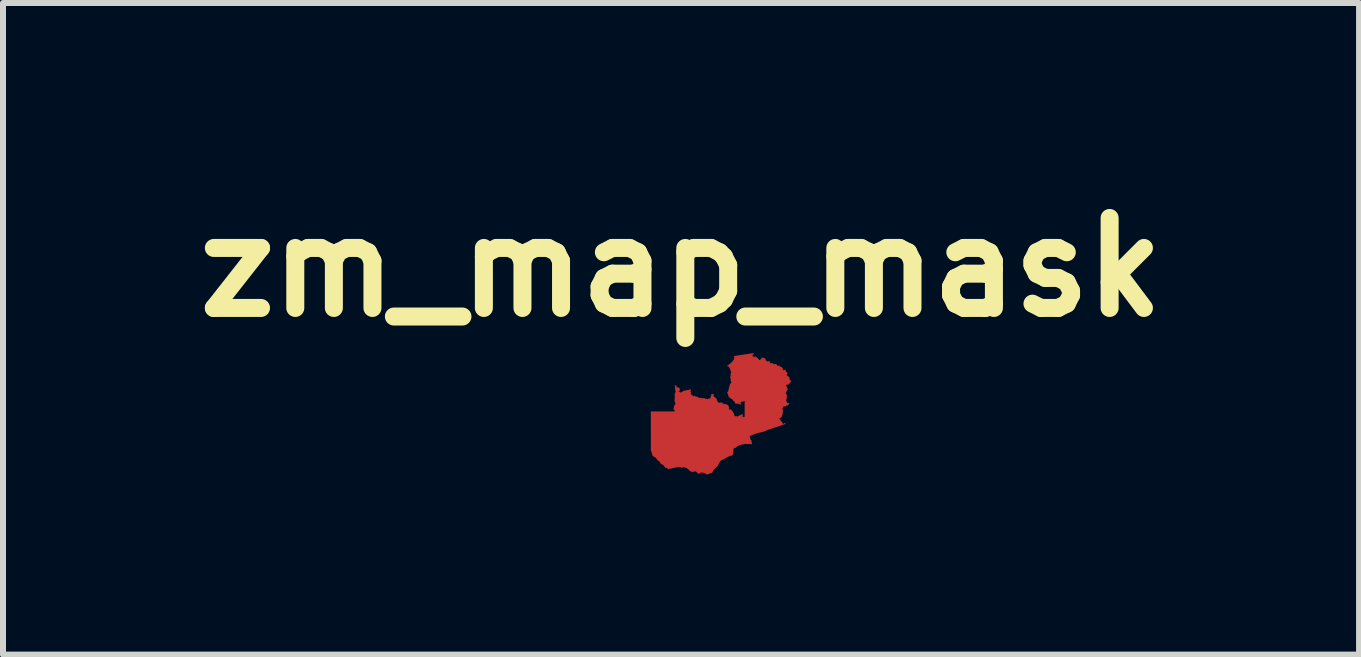
<source format=kicad_pcb>
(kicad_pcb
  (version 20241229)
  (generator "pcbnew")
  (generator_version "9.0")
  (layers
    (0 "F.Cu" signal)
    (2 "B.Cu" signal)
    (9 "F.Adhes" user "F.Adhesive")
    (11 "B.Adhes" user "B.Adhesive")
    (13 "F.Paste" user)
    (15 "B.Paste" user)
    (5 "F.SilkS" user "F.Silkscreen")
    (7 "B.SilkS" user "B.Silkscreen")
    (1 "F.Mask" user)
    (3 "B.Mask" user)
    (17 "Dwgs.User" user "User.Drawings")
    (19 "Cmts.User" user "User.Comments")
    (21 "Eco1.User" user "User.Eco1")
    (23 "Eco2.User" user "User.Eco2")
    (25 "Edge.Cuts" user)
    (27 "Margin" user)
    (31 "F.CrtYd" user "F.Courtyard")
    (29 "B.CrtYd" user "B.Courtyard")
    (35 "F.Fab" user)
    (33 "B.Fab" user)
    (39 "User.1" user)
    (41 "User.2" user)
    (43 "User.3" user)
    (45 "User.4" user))
  (footprint "zm_map_mask"
    (layer "F.Cu")
    (at 8.966 3.846)
    (property "Reference" "zm_map_mask" (at -0.666 -2.442 0) (layer "F.SilkS") (effects (font (size 1.5 1.5) (thickness 0.3))))
    (attr board_only exclude_from_pos_files exclude_from_bom)
    (fp_poly (pts (xy 0.548 -1.012) (xy 0.548 -1.01) (xy 0.548 -1.008) (xy 0.548 -1.003) (xy 0.548 -0.999) (xy 0.547 -0.997) (xy 0.546 -0.996) (xy 0.545 -0.995) (xy 0.543 -0.994) (xy 0.542 -0.994) (xy 0.536 -0.99) (xy 0.531 -0.986) (xy 0.527 -0.98) (xy 0.524 -0.974) (xy 0.524 -0.969) (xy 0.524 -0.965) (xy 0.525 -0.963) (xy 0.526 -0.962) (xy 0.529 -0.959) (xy 0.529 -0.957) (xy 0.53 -0.955) (xy 0.532 -0.954) (xy 0.535 -0.954) (xy 0.538 -0.955) (xy 0.542 -0.956) (xy 0.544 -0.957) (xy 0.546 -0.957) (xy 0.547 -0.956) (xy 0.548 -0.956) (xy 0.549 -0.954) (xy 0.549 -0.951) (xy 0.547 -0.947) (xy 0.545 -0.944) (xy 0.544 -0.943) (xy 0.542 -0.941) (xy 0.541 -0.94) (xy 0.542 -0.94) (xy 0.543 -0.94) (xy 0.546 -0.941) (xy 0.551 -0.943) (xy 0.555 -0.945) (xy 0.559 -0.948) (xy 0.561 -0.95) (xy 0.563 -0.952) (xy 0.564 -0.954) (xy 0.565 -0.954) (xy 0.564 -0.955) (xy 0.563 -0.955) (xy 0.561 -0.956) (xy 0.561 -0.958) (xy 0.562 -0.959) (xy 0.562 -0.96) (xy 0.563 -0.96) (xy 0.565 -0.96) (xy 0.567 -0.96) (xy 0.572 -0.96) (xy 0.572 -0.956) (xy 0.572 -0.953) (xy 0.572 -0.952) (xy 0.574 -0.951) (xy 0.575 -0.951) (xy 0.577 -0.95) (xy 0.579 -0.948) (xy 0.58 -0.946) (xy 0.582 -0.945) (xy 0.584 -0.945) (xy 0.587 -0.945) (xy 0.59 -0.945) (xy 0.592 -0.944) (xy 0.594 -0.943) (xy 0.595 -0.942) (xy 0.598 -0.939) (xy 0.601 -0.936) (xy 0.602 -0.935) (xy 0.605 -0.933) (xy 0.608 -0.93) (xy 0.612 -0.927) (xy 0.612 -0.927) (xy 0.615 -0.924) (xy 0.618 -0.919) (xy 0.623 -0.915) (xy 0.627 -0.91) (xy 0.628 -0.91) (xy 0.631 -0.906) (xy 0.634 -0.902) (xy 0.637 -0.899) (xy 0.638 -0.898) (xy 0.638 -0.897) (xy 0.64 -0.896) (xy 0.643 -0.896) (xy 0.647 -0.898) (xy 0.65 -0.899) (xy 0.653 -0.901) (xy 0.655 -0.903) (xy 0.655 -0.905) (xy 0.655 -0.905) (xy 0.656 -0.907) (xy 0.657 -0.908) (xy 0.658 -0.909) (xy 0.66 -0.911) (xy 0.66 -0.911) (xy 0.662 -0.913) (xy 0.664 -0.914) (xy 0.665 -0.913) (xy 0.665 -0.912) (xy 0.667 -0.91) (xy 0.668 -0.908) (xy 0.67 -0.907) (xy 0.671 -0.907) (xy 0.672 -0.908) (xy 0.673 -0.912) (xy 0.674 -0.917) (xy 0.673 -0.921) (xy 0.672 -0.924) (xy 0.672 -0.926) (xy 0.673 -0.927) (xy 0.674 -0.931) (xy 0.673 -0.933) (xy 0.671 -0.935) (xy 0.668 -0.936) (xy 0.668 -0.938) (xy 0.669 -0.939) (xy 0.672 -0.94) (xy 0.674 -0.94) (xy 0.676 -0.939) (xy 0.679 -0.937) (xy 0.68 -0.936) (xy 0.683 -0.933) (xy 0.685 -0.932) (xy 0.686 -0.932) (xy 0.687 -0.932) (xy 0.69 -0.933) (xy 0.693 -0.934) (xy 0.697 -0.936) (xy 0.701 -0.937) (xy 0.703 -0.938) (xy 0.703 -0.938) (xy 0.706 -0.938) (xy 0.707 -0.937) (xy 0.708 -0.935) (xy 0.709 -0.932) (xy 0.711 -0.931) (xy 0.715 -0.93) (xy 0.715 -0.93) (xy 0.719 -0.93) (xy 0.722 -0.928) (xy 0.726 -0.926) (xy 0.727 -0.924) (xy 0.731 -0.921) (xy 0.734 -0.92) (xy 0.738 -0.919) (xy 0.741 -0.917) (xy 0.742 -0.914) (xy 0.743 -0.911) (xy 0.744 -0.905) (xy 0.744 -0.905) (xy 0.745 -0.9) (xy 0.745 -0.896) (xy 0.747 -0.893) (xy 0.749 -0.89) (xy 0.751 -0.887) (xy 0.756 -0.884) (xy 0.76 -0.88) (xy 0.765 -0.876) (xy 0.769 -0.874) (xy 0.772 -0.872) (xy 0.775 -0.872) (xy 0.779 -0.873) (xy 0.782 -0.874) (xy 0.783 -0.875) (xy 0.787 -0.876) (xy 0.79 -0.877) (xy 0.792 -0.877) (xy 0.795 -0.876) (xy 0.798 -0.875) (xy 0.802 -0.874) (xy 0.807 -0.873) (xy 0.812 -0.872) (xy 0.816 -0.871) (xy 0.819 -0.87) (xy 0.821 -0.869) (xy 0.822 -0.869) (xy 0.822 -0.868) (xy 0.821 -0.865) (xy 0.82 -0.864) (xy 0.818 -0.859) (xy 0.818 -0.853) (xy 0.82 -0.847) (xy 0.822 -0.844) (xy 0.824 -0.843) (xy 0.826 -0.842) (xy 0.829 -0.841) (xy 0.831 -0.841) (xy 0.834 -0.842) (xy 0.835 -0.843) (xy 0.839 -0.845) (xy 0.843 -0.846) (xy 0.846 -0.845) (xy 0.849 -0.844) (xy 0.853 -0.842) (xy 0.858 -0.842) (xy 0.861 -0.842) (xy 0.863 -0.842) (xy 0.864 -0.841) (xy 0.867 -0.839) (xy 0.869 -0.837) (xy 0.872 -0.834) (xy 0.875 -0.831) (xy 0.877 -0.83) (xy 0.88 -0.829) (xy 0.884 -0.828) (xy 0.889 -0.828) (xy 0.895 -0.828) (xy 0.897 -0.828) (xy 0.906 -0.828) (xy 0.912 -0.827) (xy 0.918 -0.826) (xy 0.922 -0.825) (xy 0.925 -0.822) (xy 0.928 -0.819) (xy 0.93 -0.815) (xy 0.932 -0.812) (xy 0.934 -0.808) (xy 0.936 -0.805) (xy 0.937 -0.804) (xy 0.94 -0.803) (xy 0.944 -0.803) (xy 0.949 -0.802) (xy 0.954 -0.801) (xy 0.96 -0.8) (xy 0.965 -0.799) (xy 0.969 -0.798) (xy 0.972 -0.798) (xy 0.972 -0.798) (xy 0.977 -0.797) (xy 0.981 -0.795) (xy 0.984 -0.79) (xy 0.984 -0.79) (xy 0.985 -0.788) (xy 0.987 -0.787) (xy 0.988 -0.787) (xy 0.991 -0.786) (xy 0.994 -0.785) (xy 0.996 -0.784) (xy 0.999 -0.782) (xy 1.003 -0.78) (xy 1.008 -0.778) (xy 1.009 -0.777) (xy 1.019 -0.774) (xy 1.019 -0.767) (xy 1.02 -0.762) (xy 1.02 -0.759) (xy 1.021 -0.758) (xy 1.023 -0.757) (xy 1.024 -0.758) (xy 1.027 -0.757) (xy 1.03 -0.756) (xy 1.03 -0.756) (xy 1.032 -0.753) (xy 1.033 -0.751) (xy 1.033 -0.748) (xy 1.032 -0.743) (xy 1.031 -0.741) (xy 1.031 -0.736) (xy 1.031 -0.732) (xy 1.032 -0.729) (xy 1.034 -0.728) (xy 1.036 -0.728) (xy 1.037 -0.729) (xy 1.041 -0.73) (xy 1.043 -0.73) (xy 1.045 -0.728) (xy 1.045 -0.727) (xy 1.046 -0.724) (xy 1.047 -0.723) (xy 1.047 -0.723) (xy 1.049 -0.722) (xy 1.051 -0.723) (xy 1.052 -0.726) (xy 1.052 -0.728) (xy 1.053 -0.732) (xy 1.054 -0.735) (xy 1.055 -0.736) (xy 1.057 -0.735) (xy 1.057 -0.735) (xy 1.059 -0.734) (xy 1.063 -0.734) (xy 1.065 -0.734) (xy 1.07 -0.733) (xy 1.073 -0.731) (xy 1.075 -0.728) (xy 1.076 -0.725) (xy 1.078 -0.722) (xy 1.078 -0.72) (xy 1.077 -0.718) (xy 1.076 -0.714) (xy 1.076 -0.711) (xy 1.078 -0.709) (xy 1.081 -0.706) (xy 1.084 -0.704) (xy 1.086 -0.701) (xy 1.087 -0.699) (xy 1.09 -0.694) (xy 1.095 -0.691) (xy 1.098 -0.69) (xy 1.101 -0.689) (xy 1.102 -0.687) (xy 1.104 -0.685) (xy 1.105 -0.683) (xy 1.107 -0.678) (xy 1.107 -0.674) (xy 1.106 -0.67) (xy 1.104 -0.665) (xy 1.104 -0.664) (xy 1.1 -0.657) (xy 1.097 -0.65) (xy 1.096 -0.644) (xy 1.096 -0.643) (xy 1.096 -0.64) (xy 1.097 -0.638) (xy 1.098 -0.637) (xy 1.101 -0.635) (xy 1.105 -0.633) (xy 1.107 -0.632) (xy 1.115 -0.627) (xy 1.12 -0.624) (xy 1.123 -0.621) (xy 1.126 -0.619) (xy 1.128 -0.618) (xy 1.128 -0.618) (xy 1.13 -0.617) (xy 1.132 -0.615) (xy 1.135 -0.612) (xy 1.136 -0.611) (xy 1.142 -0.606) (xy 1.141 -0.594) (xy 1.141 -0.589) (xy 1.141 -0.586) (xy 1.142 -0.583) (xy 1.142 -0.581) (xy 1.143 -0.578) (xy 1.144 -0.576) (xy 1.147 -0.572) (xy 1.149 -0.568) (xy 1.151 -0.565) (xy 1.152 -0.565) (xy 1.154 -0.562) (xy 1.157 -0.558) (xy 1.157 -0.556) (xy 1.16 -0.552) (xy 1.162 -0.549) (xy 1.165 -0.548) (xy 1.166 -0.548) (xy 1.167 -0.548) (xy 1.168 -0.547) (xy 1.168 -0.545) (xy 1.168 -0.542) (xy 1.169 -0.541) (xy 1.169 -0.537) (xy 1.168 -0.534) (xy 1.167 -0.531) (xy 1.164 -0.528) (xy 1.16 -0.525) (xy 1.158 -0.523) (xy 1.154 -0.521) (xy 1.151 -0.518) (xy 1.147 -0.515) (xy 1.144 -0.512) (xy 1.142 -0.509) (xy 1.14 -0.507) (xy 1.14 -0.507) (xy 1.14 -0.505) (xy 1.139 -0.503) (xy 1.138 -0.501) (xy 1.135 -0.497) (xy 1.133 -0.495) (xy 1.132 -0.494) (xy 1.129 -0.492) (xy 1.126 -0.49) (xy 1.126 -0.49) (xy 1.124 -0.489) (xy 1.122 -0.488) (xy 1.119 -0.488) (xy 1.116 -0.488) (xy 1.111 -0.489) (xy 1.105 -0.488) (xy 1.1 -0.486) (xy 1.097 -0.484) (xy 1.096 -0.483) (xy 1.094 -0.481) (xy 1.092 -0.478) (xy 1.09 -0.476) (xy 1.087 -0.476) (xy 1.087 -0.476) (xy 1.084 -0.476) (xy 1.083 -0.475) (xy 1.082 -0.474) (xy 1.081 -0.472) (xy 1.082 -0.47) (xy 1.085 -0.469) (xy 1.086 -0.469) (xy 1.088 -0.468) (xy 1.09 -0.467) (xy 1.091 -0.465) (xy 1.092 -0.462) (xy 1.093 -0.457) (xy 1.093 -0.455) (xy 1.095 -0.446) (xy 1.097 -0.439) (xy 1.101 -0.432) (xy 1.103 -0.431) (xy 1.106 -0.427) (xy 1.108 -0.423) (xy 1.11 -0.421) (xy 1.112 -0.418) (xy 1.112 -0.416) (xy 1.112 -0.414) (xy 1.112 -0.412) (xy 1.111 -0.411) (xy 1.11 -0.408) (xy 1.108 -0.404) (xy 1.106 -0.4) (xy 1.103 -0.395) (xy 1.102 -0.393) (xy 1.098 -0.387) (xy 1.096 -0.383) (xy 1.095 -0.38) (xy 1.095 -0.379) (xy 1.094 -0.377) (xy 1.093 -0.376) (xy 1.091 -0.374) (xy 1.089 -0.373) (xy 1.089 -0.37) (xy 1.089 -0.368) (xy 1.089 -0.365) (xy 1.088 -0.363) (xy 1.086 -0.364) (xy 1.085 -0.365) (xy 1.083 -0.366) (xy 1.082 -0.366) (xy 1.082 -0.364) (xy 1.081 -0.361) (xy 1.081 -0.356) (xy 1.081 -0.354) (xy 1.081 -0.348) (xy 1.081 -0.345) (xy 1.081 -0.342) (xy 1.08 -0.34) (xy 1.079 -0.338) (xy 1.078 -0.335) (xy 1.078 -0.333) (xy 1.078 -0.333) (xy 1.08 -0.332) (xy 1.082 -0.332) (xy 1.085 -0.332) (xy 1.088 -0.331) (xy 1.09 -0.331) (xy 1.092 -0.33) (xy 1.094 -0.328) (xy 1.095 -0.326) (xy 1.095 -0.322) (xy 1.096 -0.316) (xy 1.096 -0.309) (xy 1.097 -0.302) (xy 1.097 -0.296) (xy 1.097 -0.291) (xy 1.097 -0.287) (xy 1.097 -0.285) (xy 1.096 -0.282) (xy 1.096 -0.28) (xy 1.095 -0.277) (xy 1.094 -0.275) (xy 1.095 -0.273) (xy 1.096 -0.271) (xy 1.097 -0.268) (xy 1.097 -0.265) (xy 1.097 -0.264) (xy 1.094 -0.252) (xy 1.09 -0.241) (xy 1.089 -0.239) (xy 1.087 -0.233) (xy 1.086 -0.228) (xy 1.085 -0.223) (xy 1.085 -0.216) (xy 1.089 -0.211) (xy 1.092 -0.208) (xy 1.094 -0.206) (xy 1.095 -0.203) (xy 1.096 -0.2) (xy 1.098 -0.196) (xy 1.098 -0.193) (xy 1.1 -0.186) (xy 1.103 -0.182) (xy 1.105 -0.178) (xy 1.108 -0.177) (xy 1.112 -0.176) (xy 1.116 -0.177) (xy 1.119 -0.178) (xy 1.123 -0.179) (xy 1.125 -0.18) (xy 1.127 -0.179) (xy 1.13 -0.179) (xy 1.131 -0.179) (xy 1.134 -0.178) (xy 1.137 -0.177) (xy 1.138 -0.177) (xy 1.139 -0.177) (xy 1.14 -0.175) (xy 1.14 -0.174) (xy 1.139 -0.17) (xy 1.137 -0.167) (xy 1.135 -0.167) (xy 1.133 -0.165) (xy 1.132 -0.163) (xy 1.13 -0.161) (xy 1.129 -0.161) (xy 1.128 -0.161) (xy 1.127 -0.159) (xy 1.127 -0.158) (xy 1.126 -0.155) (xy 1.125 -0.152) (xy 1.122 -0.151) (xy 1.122 -0.151) (xy 1.121 -0.15) (xy 1.119 -0.148) (xy 1.116 -0.146) (xy 1.114 -0.144) (xy 1.109 -0.139) (xy 1.106 -0.137) (xy 1.103 -0.135) (xy 1.1 -0.135) (xy 1.098 -0.136) (xy 1.092 -0.137) (xy 1.088 -0.137) (xy 1.085 -0.134) (xy 1.083 -0.131) (xy 1.079 -0.126) (xy 1.076 -0.123) (xy 1.073 -0.122) (xy 1.071 -0.12) (xy 1.071 -0.119) (xy 1.069 -0.118) (xy 1.067 -0.119) (xy 1.065 -0.121) (xy 1.065 -0.121) (xy 1.062 -0.124) (xy 1.059 -0.125) (xy 1.056 -0.124) (xy 1.054 -0.123) (xy 1.051 -0.121) (xy 1.049 -0.123) (xy 1.047 -0.125) (xy 1.046 -0.125) (xy 1.044 -0.124) (xy 1.043 -0.122) (xy 1.04 -0.119) (xy 1.038 -0.115) (xy 1.037 -0.114) (xy 1.035 -0.11) (xy 1.032 -0.105) (xy 1.03 -0.102) (xy 1.029 -0.101) (xy 1.026 -0.096) (xy 1.025 -0.093) (xy 1.024 -0.089) (xy 1.023 -0.085) (xy 1.024 -0.08) (xy 1.024 -0.076) (xy 1.025 -0.073) (xy 1.025 -0.071) (xy 1.026 -0.07) (xy 1.028 -0.069) (xy 1.031 -0.066) (xy 1.033 -0.064) (xy 1.035 -0.062) (xy 1.037 -0.06) (xy 1.037 -0.057) (xy 1.037 -0.056) (xy 1.037 -0.053) (xy 1.035 -0.049) (xy 1.034 -0.045) (xy 1.033 -0.042) (xy 1.031 -0.037) (xy 1.03 -0.032) (xy 1.029 -0.026) (xy 1.028 -0.012) (xy 1.031 -0.006) (xy 1.033 -0.002) (xy 1.034 0.001) (xy 1.034 0.002) (xy 1.034 0.003) (xy 1.033 0.004) (xy 1.031 0.005) (xy 1.03 0.005) (xy 1.027 0.007) (xy 1.024 0.01) (xy 1.021 0.015) (xy 1.019 0.021) (xy 1.017 0.029) (xy 1.016 0.033) (xy 1.014 0.04) (xy 1.012 0.045) (xy 1.011 0.048) (xy 1.009 0.051) (xy 1.007 0.052) (xy 1.004 0.054) (xy 1.001 0.055) (xy 0.999 0.057) (xy 0.998 0.06) (xy 0.998 0.064) (xy 0.997 0.067) (xy 0.995 0.07) (xy 0.992 0.071) (xy 0.991 0.071) (xy 0.988 0.072) (xy 0.985 0.073) (xy 0.984 0.075) (xy 0.981 0.077) (xy 0.978 0.078) (xy 0.976 0.078) (xy 0.974 0.078) (xy 0.971 0.078) (xy 0.969 0.078) (xy 0.968 0.079) (xy 0.968 0.08) (xy 0.968 0.083) (xy 0.969 0.086) (xy 0.971 0.088) (xy 0.972 0.089) (xy 0.974 0.09) (xy 0.977 0.09) (xy 0.979 0.09) (xy 0.983 0.091) (xy 0.987 0.092) (xy 0.99 0.095) (xy 0.993 0.099) (xy 0.996 0.103) (xy 0.997 0.106) (xy 0.996 0.108) (xy 0.994 0.11) (xy 0.993 0.11) (xy 0.99 0.112) (xy 0.988 0.113) (xy 0.987 0.115) (xy 0.987 0.117) (xy 0.987 0.118) (xy 0.988 0.12) (xy 0.991 0.121) (xy 0.994 0.122) (xy 0.999 0.123) (xy 1.001 0.124) (xy 1.004 0.125) (xy 1.007 0.126) (xy 1.009 0.129) (xy 1.012 0.132) (xy 1.015 0.136) (xy 1.018 0.138) (xy 1.019 0.141) (xy 1.02 0.143) (xy 1.021 0.147) (xy 1.022 0.15) (xy 1.023 0.151) (xy 1.024 0.151) (xy 1.027 0.151) (xy 1.028 0.152) (xy 1.029 0.154) (xy 1.029 0.158) (xy 1.03 0.161) (xy 1.03 0.166) (xy 1.03 0.168) (xy 1.03 0.17) (xy 1.031 0.172) (xy 1.032 0.172) (xy 1.034 0.174) (xy 1.036 0.175) (xy 1.036 0.175) (xy 1.037 0.174) (xy 1.039 0.172) (xy 1.042 0.169) (xy 1.042 0.168) (xy 1.045 0.165) (xy 1.047 0.162) (xy 1.049 0.161) (xy 1.052 0.16) (xy 1.052 0.159) (xy 1.056 0.158) (xy 1.058 0.156) (xy 1.059 0.154) (xy 1.061 0.152) (xy 1.062 0.151) (xy 1.062 0.151) (xy 1.064 0.151) (xy 1.064 0.151) (xy 1.065 0.152) (xy 1.066 0.154) (xy 1.068 0.156) (xy 1.07 0.16) (xy 1.072 0.163) (xy 1.073 0.165) (xy 1.074 0.167) (xy 1.075 0.168) (xy 1.075 0.169) (xy 1.074 0.169) (xy 1.071 0.17) (xy 1.067 0.171) (xy 1.061 0.173) (xy 1.054 0.176) (xy 1.046 0.179) (xy 1.036 0.182) (xy 1.026 0.185) (xy 1.016 0.189) (xy 1.004 0.193) (xy 0.992 0.197) (xy 0.98 0.201) (xy 0.968 0.206) (xy 0.956 0.21) (xy 0.944 0.214) (xy 0.932 0.218) (xy 0.921 0.222) (xy 0.913 0.224) (xy 0.907 0.227) (xy 0.901 0.229) (xy 0.895 0.231) (xy 0.89 0.232) (xy 0.889 0.233) (xy 0.884 0.234) (xy 0.879 0.236) (xy 0.874 0.237) (xy 0.874 0.237) (xy 0.865 0.239) (xy 0.858 0.241) (xy 0.851 0.243) (xy 0.85 0.244) (xy 0.847 0.245) (xy 0.843 0.247) (xy 0.838 0.249) (xy 0.832 0.251) (xy 0.824 0.254) (xy 0.816 0.256) (xy 0.807 0.259) (xy 0.805 0.26) (xy 0.795 0.263) (xy 0.787 0.266) (xy 0.78 0.269) (xy 0.775 0.271) (xy 0.77 0.273) (xy 0.765 0.274) (xy 0.761 0.276) (xy 0.757 0.278) (xy 0.753 0.28) (xy 0.75 0.282) (xy 0.744 0.285) (xy 0.738 0.288) (xy 0.732 0.291) (xy 0.727 0.293) (xy 0.724 0.294) (xy 0.722 0.295) (xy 0.717 0.296) (xy 0.712 0.297) (xy 0.705 0.299) (xy 0.697 0.301) (xy 0.689 0.303) (xy 0.68 0.305) (xy 0.672 0.308) (xy 0.664 0.309) (xy 0.656 0.311) (xy 0.649 0.313) (xy 0.643 0.314) (xy 0.642 0.314) (xy 0.63 0.317) (xy 0.619 0.32) (xy 0.609 0.322) (xy 0.599 0.325) (xy 0.589 0.328) (xy 0.578 0.332) (xy 0.566 0.336) (xy 0.565 0.337) (xy 0.551 0.342) (xy 0.538 0.347) (xy 0.526 0.352) (xy 0.516 0.357) (xy 0.516 0.357) (xy 0.509 0.36) (xy 0.504 0.362) (xy 0.501 0.364) (xy 0.497 0.365) (xy 0.495 0.366) (xy 0.492 0.366) (xy 0.488 0.367) (xy 0.488 0.367) (xy 0.484 0.367) (xy 0.481 0.368) (xy 0.479 0.368) (xy 0.478 0.368) (xy 0.478 0.369) (xy 0.478 0.372) (xy 0.479 0.376) (xy 0.479 0.381) (xy 0.479 0.381) (xy 0.48 0.389) (xy 0.481 0.395) (xy 0.482 0.403) (xy 0.484 0.407) (xy 0.486 0.414) (xy 0.488 0.42) (xy 0.49 0.424) (xy 0.492 0.428) (xy 0.494 0.43) (xy 0.497 0.433) (xy 0.498 0.433) (xy 0.502 0.436) (xy 0.505 0.44) (xy 0.507 0.444) (xy 0.508 0.449) (xy 0.509 0.456) (xy 0.509 0.461) (xy 0.51 0.465) (xy 0.511 0.467) (xy 0.511 0.468) (xy 0.513 0.47) (xy 0.513 0.473) (xy 0.512 0.477) (xy 0.511 0.479) (xy 0.509 0.483) (xy 0.508 0.486) (xy 0.509 0.489) (xy 0.511 0.492) (xy 0.512 0.492) (xy 0.514 0.495) (xy 0.516 0.498) (xy 0.517 0.5) (xy 0.517 0.502) (xy 0.516 0.503) (xy 0.515 0.504) (xy 0.512 0.505) (xy 0.508 0.506) (xy 0.505 0.508) (xy 0.503 0.508) (xy 0.503 0.508) (xy 0.501 0.508) (xy 0.498 0.507) (xy 0.495 0.506) (xy 0.49 0.504) (xy 0.486 0.503) (xy 0.484 0.504) (xy 0.483 0.504) (xy 0.481 0.506) (xy 0.479 0.507) (xy 0.477 0.508) (xy 0.475 0.507) (xy 0.473 0.506) (xy 0.472 0.506) (xy 0.467 0.503) (xy 0.461 0.502) (xy 0.455 0.503) (xy 0.449 0.504) (xy 0.442 0.505) (xy 0.435 0.506) (xy 0.428 0.505) (xy 0.421 0.504) (xy 0.414 0.502) (xy 0.408 0.501) (xy 0.404 0.5) (xy 0.4 0.501) (xy 0.396 0.502) (xy 0.395 0.502) (xy 0.391 0.504) (xy 0.388 0.505) (xy 0.387 0.505) (xy 0.385 0.505) (xy 0.382 0.506) (xy 0.378 0.507) (xy 0.377 0.508) (xy 0.372 0.509) (xy 0.368 0.51) (xy 0.364 0.51) (xy 0.359 0.51) (xy 0.355 0.51) (xy 0.348 0.509) (xy 0.343 0.513) (xy 0.341 0.515) (xy 0.339 0.517) (xy 0.336 0.518) (xy 0.333 0.518) (xy 0.329 0.519) (xy 0.324 0.52) (xy 0.324 0.52) (xy 0.321 0.52) (xy 0.319 0.52) (xy 0.316 0.521) (xy 0.312 0.523) (xy 0.308 0.525) (xy 0.302 0.527) (xy 0.295 0.53) (xy 0.287 0.534) (xy 0.281 0.537) (xy 0.277 0.539) (xy 0.273 0.541) (xy 0.271 0.543) (xy 0.269 0.545) (xy 0.266 0.547) (xy 0.262 0.55) (xy 0.26 0.551) (xy 0.255 0.554) (xy 0.251 0.558) (xy 0.247 0.564) (xy 0.245 0.566) (xy 0.244 0.568) (xy 0.241 0.569) (xy 0.238 0.57) (xy 0.233 0.57) (xy 0.233 0.57) (xy 0.229 0.57) (xy 0.225 0.571) (xy 0.224 0.571) (xy 0.221 0.573) (xy 0.218 0.576) (xy 0.214 0.58) (xy 0.211 0.584) (xy 0.208 0.588) (xy 0.207 0.59) (xy 0.206 0.592) (xy 0.207 0.594) (xy 0.208 0.595) (xy 0.208 0.597) (xy 0.209 0.599) (xy 0.208 0.601) (xy 0.208 0.604) (xy 0.207 0.605) (xy 0.206 0.611) (xy 0.205 0.616) (xy 0.205 0.619) (xy 0.205 0.622) (xy 0.205 0.623) (xy 0.206 0.624) (xy 0.206 0.626) (xy 0.207 0.628) (xy 0.206 0.63) (xy 0.206 0.633) (xy 0.204 0.637) (xy 0.202 0.643) (xy 0.204 0.649) (xy 0.205 0.654) (xy 0.206 0.658) (xy 0.205 0.661) (xy 0.204 0.665) (xy 0.203 0.666) (xy 0.201 0.67) (xy 0.2 0.673) (xy 0.2 0.674) (xy 0.2 0.676) (xy 0.198 0.678) (xy 0.196 0.681) (xy 0.193 0.684) (xy 0.19 0.687) (xy 0.181 0.697) (xy 0.173 0.697) (xy 0.169 0.698) (xy 0.165 0.698) (xy 0.161 0.7) (xy 0.156 0.701) (xy 0.151 0.704) (xy 0.145 0.706) (xy 0.139 0.708) (xy 0.131 0.711) (xy 0.124 0.714) (xy 0.116 0.717) (xy 0.114 0.718) (xy 0.105 0.721) (xy 0.099 0.724) (xy 0.093 0.727) (xy 0.088 0.729) (xy 0.084 0.732) (xy 0.08 0.735) (xy 0.075 0.738) (xy 0.07 0.742) (xy 0.069 0.744) (xy 0.065 0.746) (xy 0.062 0.749) (xy 0.06 0.75) (xy 0.057 0.752) (xy 0.054 0.754) (xy 0.05 0.756) (xy 0.045 0.758) (xy 0.039 0.761) (xy 0.034 0.763) (xy 0.024 0.767) (xy 0.017 0.77) (xy 0.011 0.773) (xy 0.006 0.776) (xy 0.002 0.778) (xy -0.001 0.78) (xy -0.003 0.782) (xy -0.006 0.784) (xy -0.006 0.784) (xy -0.007 0.786) (xy -0.01 0.79) (xy -0.013 0.794) (xy -0.017 0.8) (xy -0.021 0.806) (xy -0.025 0.811) (xy -0.029 0.817) (xy -0.032 0.823) (xy -0.035 0.827) (xy -0.037 0.831) (xy -0.038 0.834) (xy -0.039 0.834) (xy -0.04 0.836) (xy -0.041 0.84) (xy -0.042 0.845) (xy -0.042 0.845) (xy -0.044 0.851) (xy -0.046 0.856) (xy -0.048 0.861) (xy -0.051 0.865) (xy -0.056 0.87) (xy -0.061 0.875) (xy -0.061 0.876) (xy -0.072 0.886) (xy -0.082 0.896) (xy -0.09 0.904) (xy -0.099 0.913) (xy -0.105 0.919) (xy -0.109 0.924) (xy -0.115 0.93) (xy -0.12 0.935) (xy -0.125 0.94) (xy -0.126 0.942) (xy -0.136 0.952) (xy -0.136 0.959) (xy -0.136 0.966) (xy -0.141 0.972) (xy -0.145 0.977) (xy -0.15 0.981) (xy -0.154 0.985) (xy -0.157 0.988) (xy -0.159 0.988) (xy -0.161 0.989) (xy -0.165 0.99) (xy -0.168 0.991) (xy -0.174 0.992) (xy -0.178 0.994) (xy -0.183 0.996) (xy -0.186 0.996) (xy -0.189 0.996) (xy -0.194 0.998) (xy -0.199 1) (xy -0.203 1.002) (xy -0.207 1.003) (xy -0.21 1.004) (xy -0.211 1.005) (xy -0.215 1.006) (xy -0.219 1.008) (xy -0.219 1.008) (xy -0.221 1.011) (xy -0.224 1.012) (xy -0.225 1.012) (xy -0.226 1.012) (xy -0.23 1.012) (xy -0.233 1.011) (xy -0.234 1.01) (xy -0.239 1.009) (xy -0.243 1.007) (xy -0.246 1.004) (xy -0.247 1.003) (xy -0.251 1) (xy -0.254 0.998) (xy -0.257 0.997) (xy -0.259 0.997) (xy -0.263 0.996) (xy -0.267 0.994) (xy -0.272 0.991) (xy -0.276 0.99) (xy -0.28 0.988) (xy -0.283 0.986) (xy -0.286 0.985) (xy -0.289 0.985) (xy -0.292 0.985) (xy -0.294 0.984) (xy -0.299 0.984) (xy -0.303 0.983) (xy -0.304 0.983) (xy -0.306 0.982) (xy -0.31 0.981) (xy -0.312 0.981) (xy -0.315 0.98) (xy -0.318 0.979) (xy -0.319 0.977) (xy -0.321 0.975) (xy -0.323 0.974) (xy -0.325 0.975) (xy -0.328 0.977) (xy -0.331 0.979) (xy -0.335 0.981) (xy -0.339 0.983) (xy -0.339 0.983) (xy -0.343 0.984) (xy -0.345 0.985) (xy -0.346 0.986) (xy -0.346 0.988) (xy -0.346 0.989) (xy -0.347 0.99) (xy -0.35 0.99) (xy -0.351 0.99) (xy -0.354 0.991) (xy -0.355 0.992) (xy -0.356 0.992) (xy -0.357 0.993) (xy -0.358 0.993) (xy -0.36 0.993) (xy -0.363 0.995) (xy -0.365 0.996) (xy -0.371 0.998) (xy -0.377 0.998) (xy -0.384 0.996) (xy -0.387 0.995) (xy -0.39 0.993) (xy -0.393 0.991) (xy -0.394 0.99) (xy -0.396 0.987) (xy -0.396 0.985) (xy -0.395 0.983) (xy -0.394 0.982) (xy -0.393 0.982) (xy -0.394 0.981) (xy -0.395 0.98) (xy -0.397 0.978) (xy -0.399 0.977) (xy -0.4 0.977) (xy -0.404 0.974) (xy -0.407 0.972) (xy -0.409 0.969) (xy -0.413 0.966) (xy -0.418 0.964) (xy -0.421 0.963) (xy -0.424 0.962) (xy -0.426 0.961) (xy -0.429 0.959) (xy -0.432 0.959) (xy -0.437 0.96) (xy -0.439 0.962) (xy -0.444 0.963) (xy -0.448 0.964) (xy -0.452 0.965) (xy -0.455 0.966) (xy -0.458 0.967) (xy -0.459 0.968) (xy -0.461 0.968) (xy -0.464 0.968) (xy -0.468 0.968) (xy -0.472 0.968) (xy -0.477 0.968) (xy -0.481 0.967) (xy -0.485 0.967) (xy -0.487 0.966) (xy -0.489 0.966) (xy -0.492 0.965) (xy -0.494 0.965) (xy -0.497 0.965) (xy -0.499 0.964) (xy -0.502 0.963) (xy -0.505 0.961) (xy -0.509 0.958) (xy -0.513 0.955) (xy -0.515 0.952) (xy -0.516 0.952) (xy -0.519 0.949) (xy -0.522 0.948) (xy -0.523 0.948) (xy -0.526 0.947) (xy -0.529 0.945) (xy -0.532 0.942) (xy -0.534 0.94) (xy -0.534 0.938) (xy -0.535 0.936) (xy -0.536 0.934) (xy -0.538 0.933) (xy -0.539 0.933) (xy -0.54 0.933) (xy -0.541 0.933) (xy -0.543 0.932) (xy -0.544 0.931) (xy -0.546 0.929) (xy -0.547 0.927) (xy -0.547 0.927) (xy -0.548 0.925) (xy -0.549 0.922) (xy -0.552 0.92) (xy -0.554 0.919) (xy -0.554 0.919) (xy -0.557 0.918) (xy -0.558 0.916) (xy -0.559 0.913) (xy -0.559 0.913) (xy -0.558 0.911) (xy -0.559 0.911) (xy -0.561 0.911) (xy -0.561 0.911) (xy -0.564 0.912) (xy -0.565 0.912) (xy -0.567 0.911) (xy -0.569 0.909) (xy -0.57 0.908) (xy -0.572 0.906) (xy -0.574 0.905) (xy -0.575 0.905) (xy -0.576 0.905) (xy -0.578 0.905) (xy -0.579 0.904) (xy -0.579 0.904) (xy -0.581 0.902) (xy -0.583 0.901) (xy -0.585 0.9) (xy -0.589 0.899) (xy -0.594 0.898) (xy -0.599 0.897) (xy -0.603 0.897) (xy -0.604 0.897) (xy -0.607 0.897) (xy -0.609 0.896) (xy -0.61 0.896) (xy -0.612 0.895) (xy -0.615 0.894) (xy -0.619 0.893) (xy -0.624 0.893) (xy -0.628 0.892) (xy -0.633 0.892) (xy -0.636 0.892) (xy -0.639 0.892) (xy -0.64 0.893) (xy -0.64 0.893) (xy -0.641 0.894) (xy -0.643 0.896) (xy -0.644 0.897) (xy -0.647 0.899) (xy -0.65 0.9) (xy -0.652 0.9) (xy -0.652 0.9) (xy -0.656 0.899) (xy -0.658 0.897) (xy -0.658 0.897) (xy -0.66 0.896) (xy -0.664 0.895) (xy -0.668 0.893) (xy -0.67 0.893) (xy -0.674 0.891) (xy -0.679 0.89) (xy -0.682 0.889) (xy -0.683 0.888) (xy -0.686 0.888) (xy -0.688 0.887) (xy -0.691 0.888) (xy -0.694 0.889) (xy -0.695 0.889) (xy -0.699 0.89) (xy -0.702 0.89) (xy -0.704 0.89) (xy -0.706 0.889) (xy -0.708 0.889) (xy -0.71 0.889) (xy -0.713 0.889) (xy -0.717 0.889) (xy -0.722 0.89) (xy -0.728 0.891) (xy -0.735 0.892) (xy -0.743 0.894) (xy -0.753 0.896) (xy -0.765 0.898) (xy -0.778 0.901) (xy -0.794 0.904) (xy -0.81 0.907) (xy -0.823 0.91) (xy -0.835 0.912) (xy -0.845 0.914) (xy -0.854 0.916) (xy -0.861 0.918) (xy -0.867 0.919) (xy -0.873 0.92) (xy -0.877 0.921) (xy -0.88 0.921) (xy -0.883 0.922) (xy -0.885 0.922) (xy -0.887 0.922) (xy -0.888 0.923) (xy -0.889 0.923) (xy -0.889 0.922) (xy -0.89 0.919) (xy -0.89 0.918) (xy -0.89 0.916) (xy -0.891 0.914) (xy -0.892 0.912) (xy -0.895 0.909) (xy -0.898 0.906) (xy -0.901 0.904) (xy -0.902 0.902) (xy -0.903 0.902) (xy -0.907 0.901) (xy -0.912 0.9) (xy -0.918 0.901) (xy -0.918 0.901) (xy -0.922 0.902) (xy -0.925 0.902) (xy -0.927 0.901) (xy -0.928 0.9) (xy -0.929 0.898) (xy -0.93 0.896) (xy -0.93 0.894) (xy -0.93 0.891) (xy -0.931 0.888) (xy -0.931 0.887) (xy -0.933 0.886) (xy -0.935 0.885) (xy -0.937 0.885) (xy -0.942 0.882) (xy -0.946 0.878) (xy -0.95 0.874) (xy -0.954 0.868) (xy -0.955 0.865) (xy -0.958 0.859) (xy -0.962 0.854) (xy -0.967 0.85) (xy -0.972 0.847) (xy -0.973 0.847) (xy -0.979 0.845) (xy -0.985 0.843) (xy -0.991 0.84) (xy -0.996 0.837) (xy -0.997 0.835) (xy -1.001 0.832) (xy -1.005 0.829) (xy -1.007 0.828) (xy -1.011 0.825) (xy -1.014 0.822) (xy -1.015 0.817) (xy -1.016 0.815) (xy -1.017 0.812) (xy -1.018 0.808) (xy -1.021 0.804) (xy -1.025 0.799) (xy -1.026 0.797) (xy -1.03 0.793) (xy -1.032 0.791) (xy -1.035 0.789) (xy -1.038 0.787) (xy -1.04 0.786) (xy -1.044 0.785) (xy -1.047 0.784) (xy -1.049 0.783) (xy -1.049 0.783) (xy -1.051 0.782) (xy -1.052 0.78) (xy -1.052 0.778) (xy -1.053 0.775) (xy -1.055 0.773) (xy -1.058 0.771) (xy -1.059 0.771) (xy -1.062 0.77) (xy -1.064 0.768) (xy -1.066 0.765) (xy -1.066 0.765) (xy -1.067 0.762) (xy -1.07 0.757) (xy -1.072 0.753) (xy -1.075 0.748) (xy -1.078 0.744) (xy -1.081 0.74) (xy -1.083 0.737) (xy -1.083 0.736) (xy -1.085 0.735) (xy -1.087 0.734) (xy -1.089 0.733) (xy -1.091 0.731) (xy -1.094 0.727) (xy -1.094 0.727) (xy -1.097 0.723) (xy -1.1 0.72) (xy -1.101 0.72) (xy -1.104 0.719) (xy -1.105 0.718) (xy -1.107 0.718) (xy -1.11 0.718) (xy -1.111 0.719) (xy -1.114 0.719) (xy -1.115 0.72) (xy -1.116 0.72) (xy -1.116 0.719) (xy -1.119 0.718) (xy -1.122 0.715) (xy -1.125 0.712) (xy -1.126 0.712) (xy -1.13 0.709) (xy -1.133 0.706) (xy -1.135 0.704) (xy -1.136 0.702) (xy -1.137 0.701) (xy -1.137 0.7) (xy -1.138 0.697) (xy -1.139 0.695) (xy -1.141 0.694) (xy -1.144 0.692) (xy -1.145 0.691) (xy -1.144 0.689) (xy -1.144 0.689) (xy -1.144 0.686) (xy -1.146 0.683) (xy -1.147 0.681) (xy -1.149 0.676) (xy -1.149 0.671) (xy -1.147 0.666) (xy -1.147 0.665) (xy -1.146 0.662) (xy -1.145 0.66) (xy -1.145 0.66) (xy -1.146 0.659) (xy -1.148 0.657) (xy -1.15 0.657) (xy -1.153 0.656) (xy -1.154 0.655) (xy -1.155 0.653) (xy -1.155 0.651) (xy -1.156 0.648) (xy -1.157 0.646) (xy -1.157 0.646) (xy -1.159 0.644) (xy -1.16 0.642) (xy -1.16 0.641) (xy -1.16 0.638) (xy -1.162 0.635) (xy -1.162 0.635) (xy -1.163 0.633) (xy -1.162 0.632) (xy -1.16 0.632) (xy -1.16 0.632) (xy -1.157 0.632) (xy -1.159 0.628) (xy -1.161 0.625) (xy -1.163 0.622) (xy -1.165 0.619) (xy -1.169 0.614) (xy -1.169 0.287) (xy -1.17 -0.04) (xy -0.968 -0.04) (xy -0.943 -0.04) (xy -0.921 -0.04) (xy -0.9 -0.04) (xy -0.881 -0.04) (xy -0.864 -0.04) (xy -0.849 -0.04) (xy -0.835 -0.04) (xy -0.822 -0.04) (xy -0.811 -0.04) (xy -0.802 -0.04) (xy -0.794 -0.04) (xy -0.786 -0.04) (xy -0.781 -0.041) (xy -0.776 -0.041) (xy -0.772 -0.041) (xy -0.769 -0.041) (xy -0.767 -0.041) (xy -0.766 -0.041) (xy -0.766 -0.041) (xy -0.767 -0.044) (xy -0.768 -0.048) (xy -0.771 -0.052) (xy -0.774 -0.057) (xy -0.778 -0.061) (xy -0.779 -0.062) (xy -0.783 -0.067) (xy -0.787 -0.071) (xy -0.789 -0.074) (xy -0.79 -0.076) (xy -0.791 -0.079) (xy -0.792 -0.081) (xy -0.792 -0.082) (xy -0.792 -0.086) (xy -0.791 -0.091) (xy -0.79 -0.094) (xy -0.789 -0.097) (xy -0.788 -0.101) (xy -0.786 -0.107) (xy -0.784 -0.112) (xy -0.784 -0.116) (xy -0.782 -0.121) (xy -0.781 -0.126) (xy -0.78 -0.13) (xy -0.779 -0.133) (xy -0.778 -0.134) (xy -0.778 -0.135) (xy -0.776 -0.138) (xy -0.774 -0.142) (xy -0.771 -0.146) (xy -0.77 -0.147) (xy -0.766 -0.153) (xy -0.763 -0.157) (xy -0.762 -0.16) (xy -0.76 -0.163) (xy -0.76 -0.165) (xy -0.76 -0.168) (xy -0.76 -0.17) (xy -0.761 -0.172) (xy -0.761 -0.176) (xy -0.762 -0.181) (xy -0.762 -0.183) (xy -0.763 -0.189) (xy -0.765 -0.194) (xy -0.767 -0.195) (xy -0.771 -0.2) (xy -0.773 -0.205) (xy -0.774 -0.209) (xy -0.774 -0.211) (xy -0.774 -0.215) (xy -0.774 -0.22) (xy -0.774 -0.227) (xy -0.774 -0.234) (xy -0.773 -0.241) (xy -0.773 -0.242) (xy -0.773 -0.25) (xy -0.773 -0.257) (xy -0.772 -0.262) (xy -0.772 -0.266) (xy -0.772 -0.269) (xy -0.771 -0.271) (xy -0.771 -0.273) (xy -0.77 -0.274) (xy -0.769 -0.276) (xy -0.769 -0.278) (xy -0.768 -0.28) (xy -0.768 -0.283) (xy -0.769 -0.287) (xy -0.769 -0.291) (xy -0.769 -0.297) (xy -0.77 -0.301) (xy -0.771 -0.305) (xy -0.772 -0.308) (xy -0.772 -0.309) (xy -0.774 -0.312) (xy -0.775 -0.315) (xy -0.775 -0.317) (xy -0.774 -0.32) (xy -0.773 -0.324) (xy -0.771 -0.328) (xy -0.769 -0.333) (xy -0.767 -0.336) (xy -0.765 -0.339) (xy -0.765 -0.341) (xy -0.764 -0.344) (xy -0.764 -0.348) (xy -0.764 -0.355) (xy -0.759 -0.361) (xy -0.756 -0.363) (xy -0.754 -0.366) (xy -0.753 -0.367) (xy -0.753 -0.367) (xy -0.753 -0.368) (xy -0.755 -0.371) (xy -0.756 -0.374) (xy -0.758 -0.379) (xy -0.763 -0.39) (xy -0.763 -0.406) (xy -0.763 -0.412) (xy -0.763 -0.416) (xy -0.763 -0.419) (xy -0.764 -0.421) (xy -0.764 -0.422) (xy -0.765 -0.422) (xy -0.765 -0.423) (xy -0.766 -0.423) (xy -0.766 -0.424) (xy -0.767 -0.426) (xy -0.767 -0.428) (xy -0.767 -0.433) (xy -0.767 -0.434) (xy -0.767 -0.439) (xy -0.767 -0.444) (xy -0.766 -0.448) (xy -0.766 -0.45) (xy -0.765 -0.452) (xy -0.766 -0.455) (xy -0.767 -0.457) (xy -0.767 -0.458) (xy -0.769 -0.462) (xy -0.771 -0.466) (xy -0.772 -0.471) (xy -0.772 -0.474) (xy -0.771 -0.475) (xy -0.769 -0.475) (xy -0.765 -0.475) (xy -0.761 -0.474) (xy -0.757 -0.473) (xy -0.753 -0.472) (xy -0.752 -0.472) (xy -0.748 -0.47) (xy -0.745 -0.468) (xy -0.743 -0.466) (xy -0.743 -0.462) (xy -0.742 -0.46) (xy -0.742 -0.456) (xy -0.742 -0.451) (xy -0.742 -0.448) (xy -0.741 -0.441) (xy -0.734 -0.442) (xy -0.729 -0.442) (xy -0.726 -0.441) (xy -0.725 -0.441) (xy -0.723 -0.44) (xy -0.72 -0.44) (xy -0.716 -0.439) (xy -0.714 -0.439) (xy -0.706 -0.438) (xy -0.7 -0.436) (xy -0.694 -0.432) (xy -0.692 -0.429) (xy -0.69 -0.426) (xy -0.689 -0.424) (xy -0.69 -0.422) (xy -0.691 -0.42) (xy -0.693 -0.418) (xy -0.693 -0.415) (xy -0.691 -0.413) (xy -0.691 -0.412) (xy -0.688 -0.41) (xy -0.687 -0.407) (xy -0.686 -0.403) (xy -0.686 -0.4) (xy -0.686 -0.396) (xy -0.687 -0.393) (xy -0.688 -0.389) (xy -0.69 -0.385) (xy -0.692 -0.382) (xy -0.694 -0.379) (xy -0.696 -0.377) (xy -0.699 -0.375) (xy -0.702 -0.374) (xy -0.705 -0.373) (xy -0.707 -0.372) (xy -0.708 -0.371) (xy -0.707 -0.37) (xy -0.707 -0.369) (xy -0.705 -0.367) (xy -0.703 -0.367) (xy -0.699 -0.366) (xy -0.698 -0.366) (xy -0.694 -0.366) (xy -0.691 -0.365) (xy -0.688 -0.364) (xy -0.685 -0.362) (xy -0.683 -0.359) (xy -0.678 -0.356) (xy -0.673 -0.355) (xy -0.668 -0.355) (xy -0.665 -0.356) (xy -0.662 -0.357) (xy -0.659 -0.358) (xy -0.658 -0.358) (xy -0.654 -0.358) (xy -0.653 -0.359) (xy -0.651 -0.361) (xy -0.651 -0.362) (xy -0.649 -0.365) (xy -0.646 -0.368) (xy -0.643 -0.369) (xy -0.639 -0.371) (xy -0.636 -0.374) (xy -0.635 -0.375) (xy -0.632 -0.378) (xy -0.629 -0.38) (xy -0.625 -0.382) (xy -0.62 -0.383) (xy -0.614 -0.383) (xy -0.612 -0.383) (xy -0.607 -0.384) (xy -0.604 -0.384) (xy -0.601 -0.385) (xy -0.598 -0.386) (xy -0.594 -0.387) (xy -0.592 -0.389) (xy -0.586 -0.391) (xy -0.582 -0.393) (xy -0.579 -0.393) (xy -0.576 -0.394) (xy -0.567 -0.394) (xy -0.558 -0.395) (xy -0.55 -0.396) (xy -0.544 -0.396) (xy -0.538 -0.397) (xy -0.535 -0.398) (xy -0.531 -0.399) (xy -0.527 -0.4) (xy -0.522 -0.403) (xy -0.519 -0.404) (xy -0.513 -0.407) (xy -0.508 -0.409) (xy -0.504 -0.409) (xy -0.502 -0.408) (xy -0.501 -0.407) (xy -0.501 -0.405) (xy -0.5 -0.402) (xy -0.5 -0.398) (xy -0.5 -0.394) (xy -0.5 -0.392) (xy -0.501 -0.391) (xy -0.502 -0.39) (xy -0.503 -0.389) (xy -0.506 -0.388) (xy -0.507 -0.387) (xy -0.508 -0.387) (xy -0.508 -0.386) (xy -0.506 -0.384) (xy -0.506 -0.384) (xy -0.504 -0.382) (xy -0.504 -0.38) (xy -0.506 -0.377) (xy -0.507 -0.376) (xy -0.508 -0.373) (xy -0.509 -0.37) (xy -0.508 -0.366) (xy -0.506 -0.361) (xy -0.506 -0.36) (xy -0.504 -0.356) (xy -0.502 -0.354) (xy -0.502 -0.352) (xy -0.503 -0.35) (xy -0.504 -0.348) (xy -0.505 -0.346) (xy -0.506 -0.344) (xy -0.505 -0.342) (xy -0.505 -0.339) (xy -0.502 -0.331) (xy -0.5 -0.326) (xy -0.498 -0.321) (xy -0.496 -0.319) (xy -0.494 -0.317) (xy -0.492 -0.317) (xy -0.488 -0.316) (xy -0.486 -0.314) (xy -0.484 -0.313) (xy -0.481 -0.311) (xy -0.477 -0.308) (xy -0.477 -0.308) (xy -0.473 -0.306) (xy -0.47 -0.304) (xy -0.469 -0.302) (xy -0.469 -0.3) (xy -0.469 -0.298) (xy -0.47 -0.295) (xy -0.469 -0.293) (xy -0.469 -0.293) (xy -0.467 -0.291) (xy -0.464 -0.291) (xy -0.461 -0.292) (xy -0.46 -0.293) (xy -0.458 -0.295) (xy -0.456 -0.295) (xy -0.454 -0.296) (xy -0.453 -0.298) (xy -0.453 -0.298) (xy -0.451 -0.3) (xy -0.45 -0.301) (xy -0.447 -0.301) (xy -0.446 -0.301) (xy -0.443 -0.301) (xy -0.439 -0.299) (xy -0.435 -0.297) (xy -0.43 -0.293) (xy -0.43 -0.292) (xy -0.426 -0.29) (xy -0.423 -0.288) (xy -0.422 -0.287) (xy -0.417 -0.286) (xy -0.412 -0.285) (xy -0.407 -0.285) (xy -0.402 -0.286) (xy -0.401 -0.287) (xy -0.398 -0.287) (xy -0.397 -0.288) (xy -0.397 -0.288) (xy -0.396 -0.287) (xy -0.394 -0.286) (xy -0.391 -0.284) (xy -0.389 -0.282) (xy -0.386 -0.28) (xy -0.383 -0.277) (xy -0.38 -0.276) (xy -0.379 -0.276) (xy -0.376 -0.273) (xy -0.374 -0.27) (xy -0.373 -0.268) (xy -0.371 -0.266) (xy -0.37 -0.266) (xy -0.369 -0.265) (xy -0.366 -0.265) (xy -0.361 -0.265) (xy -0.356 -0.265) (xy -0.35 -0.265) (xy -0.35 -0.265) (xy -0.331 -0.265) (xy -0.325 -0.262) (xy -0.32 -0.26) (xy -0.316 -0.259) (xy -0.316 -0.259) (xy -0.312 -0.259) (xy -0.309 -0.258) (xy -0.309 -0.258) (xy -0.307 -0.257) (xy -0.305 -0.258) (xy -0.302 -0.259) (xy -0.301 -0.26) (xy -0.299 -0.261) (xy -0.296 -0.262) (xy -0.294 -0.262) (xy -0.29 -0.262) (xy -0.287 -0.263) (xy -0.278 -0.263) (xy -0.273 -0.258) (xy -0.27 -0.255) (xy -0.267 -0.254) (xy -0.264 -0.252) (xy -0.26 -0.251) (xy -0.256 -0.251) (xy -0.25 -0.25) (xy -0.244 -0.249) (xy -0.24 -0.249) (xy -0.237 -0.248) (xy -0.235 -0.247) (xy -0.232 -0.245) (xy -0.231 -0.245) (xy -0.228 -0.243) (xy -0.225 -0.242) (xy -0.222 -0.243) (xy -0.218 -0.247) (xy -0.218 -0.247) (xy -0.214 -0.252) (xy -0.203 -0.252) (xy -0.198 -0.252) (xy -0.195 -0.252) (xy -0.192 -0.252) (xy -0.19 -0.253) (xy -0.188 -0.254) (xy -0.182 -0.258) (xy -0.178 -0.262) (xy -0.174 -0.268) (xy -0.173 -0.274) (xy -0.172 -0.281) (xy -0.171 -0.287) (xy -0.17 -0.292) (xy -0.169 -0.296) (xy -0.168 -0.299) (xy -0.166 -0.301) (xy -0.165 -0.302) (xy -0.163 -0.305) (xy -0.162 -0.308) (xy -0.161 -0.311) (xy -0.162 -0.315) (xy -0.162 -0.317) (xy -0.163 -0.321) (xy -0.164 -0.323) (xy -0.164 -0.324) (xy -0.163 -0.326) (xy -0.162 -0.326) (xy -0.16 -0.328) (xy -0.157 -0.328) (xy -0.154 -0.328) (xy -0.15 -0.328) (xy -0.148 -0.329) (xy -0.142 -0.33) (xy -0.138 -0.331) (xy -0.135 -0.332) (xy -0.133 -0.332) (xy -0.131 -0.333) (xy -0.131 -0.333) (xy -0.129 -0.333) (xy -0.128 -0.331) (xy -0.127 -0.33) (xy -0.126 -0.327) (xy -0.124 -0.322) (xy -0.124 -0.316) (xy -0.123 -0.31) (xy -0.123 -0.308) (xy -0.123 -0.304) (xy -0.122 -0.299) (xy -0.121 -0.294) (xy -0.12 -0.29) (xy -0.119 -0.286) (xy -0.118 -0.284) (xy -0.116 -0.283) (xy -0.114 -0.282) (xy -0.11 -0.279) (xy -0.105 -0.276) (xy -0.1 -0.273) (xy -0.099 -0.272) (xy -0.082 -0.261) (xy -0.077 -0.254) (xy -0.075 -0.25) (xy -0.073 -0.246) (xy -0.072 -0.243) (xy -0.072 -0.242) (xy -0.071 -0.239) (xy -0.069 -0.234) (xy -0.068 -0.228) (xy -0.066 -0.222) (xy -0.064 -0.216) (xy -0.063 -0.214) (xy -0.061 -0.21) (xy -0.06 -0.207) (xy -0.058 -0.205) (xy -0.056 -0.203) (xy -0.052 -0.2) (xy -0.052 -0.199) (xy -0.048 -0.196) (xy -0.045 -0.193) (xy -0.042 -0.19) (xy -0.041 -0.189) (xy -0.039 -0.186) (xy -0.035 -0.185) (xy -0.031 -0.183) (xy -0.025 -0.183) (xy -0.023 -0.183) (xy -0.017 -0.183) (xy -0.013 -0.183) (xy -0.01 -0.184) (xy -0.008 -0.185) (xy -0.005 -0.187) (xy -0.004 -0.188) (xy -0.001 -0.191) (xy 0.002 -0.192) (xy 0.005 -0.192) (xy 0.008 -0.19) (xy 0.012 -0.189) (xy 0.017 -0.186) (xy 0.021 -0.183) (xy 0.023 -0.181) (xy 0.024 -0.178) (xy 0.025 -0.176) (xy 0.026 -0.173) (xy 0.027 -0.17) (xy 0.027 -0.17) (xy 0.028 -0.17) (xy 0.031 -0.169) (xy 0.035 -0.169) (xy 0.04 -0.169) (xy 0.046 -0.168) (xy 0.05 -0.168) (xy 0.053 -0.167) (xy 0.054 -0.166) (xy 0.055 -0.165) (xy 0.055 -0.164) (xy 0.056 -0.162) (xy 0.057 -0.16) (xy 0.06 -0.158) (xy 0.061 -0.158) (xy 0.062 -0.159) (xy 0.065 -0.16) (xy 0.065 -0.16) (xy 0.068 -0.162) (xy 0.071 -0.163) (xy 0.074 -0.161) (xy 0.077 -0.16) (xy 0.08 -0.158) (xy 0.082 -0.157) (xy 0.084 -0.156) (xy 0.088 -0.156) (xy 0.089 -0.156) (xy 0.093 -0.156) (xy 0.097 -0.155) (xy 0.099 -0.155) (xy 0.101 -0.153) (xy 0.104 -0.151) (xy 0.108 -0.148) (xy 0.112 -0.145) (xy 0.116 -0.142) (xy 0.118 -0.139) (xy 0.12 -0.136) (xy 0.122 -0.134) (xy 0.123 -0.131) (xy 0.124 -0.129) (xy 0.128 -0.121) (xy 0.132 -0.115) (xy 0.135 -0.112) (xy 0.136 -0.11) (xy 0.137 -0.108) (xy 0.137 -0.106) (xy 0.137 -0.103) (xy 0.135 -0.101) (xy 0.133 -0.098) (xy 0.131 -0.095) (xy 0.13 -0.092) (xy 0.131 -0.089) (xy 0.134 -0.086) (xy 0.135 -0.084) (xy 0.138 -0.08) (xy 0.141 -0.077) (xy 0.142 -0.074) (xy 0.143 -0.072) (xy 0.143 -0.07) (xy 0.143 -0.069) (xy 0.143 -0.065) (xy 0.145 -0.063) (xy 0.147 -0.062) (xy 0.148 -0.062) (xy 0.15 -0.063) (xy 0.152 -0.065) (xy 0.154 -0.068) (xy 0.154 -0.069) (xy 0.156 -0.071) (xy 0.158 -0.073) (xy 0.161 -0.073) (xy 0.163 -0.072) (xy 0.165 -0.072) (xy 0.168 -0.071) (xy 0.171 -0.069) (xy 0.173 -0.066) (xy 0.177 -0.062) (xy 0.181 -0.056) (xy 0.182 -0.055) (xy 0.185 -0.051) (xy 0.188 -0.048) (xy 0.191 -0.045) (xy 0.192 -0.043) (xy 0.192 -0.043) (xy 0.194 -0.04) (xy 0.196 -0.037) (xy 0.196 -0.037) (xy 0.197 -0.033) (xy 0.199 -0.031) (xy 0.2 -0.03) (xy 0.201 -0.028) (xy 0.2 -0.026) (xy 0.2 -0.026) (xy 0.2 -0.023) (xy 0.201 -0.021) (xy 0.202 -0.02) (xy 0.204 -0.018) (xy 0.204 -0.016) (xy 0.206 -0.013) (xy 0.208 -0.011) (xy 0.21 -0.011) (xy 0.212 -0.011) (xy 0.213 -0.01) (xy 0.214 -0.008) (xy 0.216 -0.004) (xy 0.217 0.000302) (xy 0.218 0.007) (xy 0.218 0.008) (xy 0.22 0.013) (xy 0.221 0.019) (xy 0.222 0.023) (xy 0.223 0.026) (xy 0.223 0.027) (xy 0.224 0.03) (xy 0.227 0.033) (xy 0.229 0.036) (xy 0.232 0.039) (xy 0.234 0.041) (xy 0.236 0.041) (xy 0.238 0.041) (xy 0.241 0.041) (xy 0.244 0.04) (xy 0.245 0.04) (xy 0.251 0.039) (xy 0.256 0.039) (xy 0.26 0.04) (xy 0.263 0.041) (xy 0.265 0.043) (xy 0.267 0.046) (xy 0.269 0.048) (xy 0.271 0.049) (xy 0.273 0.048) (xy 0.275 0.046) (xy 0.278 0.044) (xy 0.28 0.042) (xy 0.28 0.042) (xy 0.283 0.041) (xy 0.286 0.039) (xy 0.29 0.037) (xy 0.29 0.036) (xy 0.294 0.034) (xy 0.298 0.032) (xy 0.304 0.029) (xy 0.309 0.027) (xy 0.315 0.025) (xy 0.32 0.023) (xy 0.324 0.021) (xy 0.327 0.019) (xy 0.33 0.017) (xy 0.333 0.015) (xy 0.335 0.013) (xy 0.338 0.01) (xy 0.34 0.008) (xy 0.343 0.007) (xy 0.345 0.006) (xy 0.345 0.006) (xy 0.348 0.006) (xy 0.35 0.007) (xy 0.353 0.008) (xy 0.355 0.01) (xy 0.359 0.012) (xy 0.362 0.013) (xy 0.363 0.013) (xy 0.366 0.013) (xy 0.367 0.015) (xy 0.368 0.016) (xy 0.368 0.018) (xy 0.368 0.021) (xy 0.367 0.024) (xy 0.365 0.025) (xy 0.364 0.025) (xy 0.362 0.026) (xy 0.36 0.028) (xy 0.36 0.031) (xy 0.36 0.034) (xy 0.359 0.035) (xy 0.358 0.036) (xy 0.356 0.037) (xy 0.355 0.04) (xy 0.357 0.043) (xy 0.357 0.044) (xy 0.361 0.048) (xy 0.366 0.051) (xy 0.373 0.053) (xy 0.381 0.054) (xy 0.383 0.054) (xy 0.387 0.054) (xy 0.389 0.054) (xy 0.39 0.053) (xy 0.392 0.051) (xy 0.392 0.051) (xy 0.392 0.05) (xy 0.393 0.05) (xy 0.393 0.049) (xy 0.393 0.048) (xy 0.393 0.046) (xy 0.393 0.044) (xy 0.393 0.042) (xy 0.394 0.038) (xy 0.394 0.034) (xy 0.394 0.029) (xy 0.394 0.023) (xy 0.394 0.016) (xy 0.394 0.008) (xy 0.394 -0.002) (xy 0.394 -0.013) (xy 0.394 -0.026) (xy 0.394 -0.04) (xy 0.394 -0.056) (xy 0.394 -0.074) (xy 0.394 -0.083) (xy 0.394 -0.213) (xy 0.389 -0.213) (xy 0.383 -0.211) (xy 0.379 -0.209) (xy 0.374 -0.206) (xy 0.369 -0.203) (xy 0.365 -0.202) (xy 0.362 -0.201) (xy 0.362 -0.201) (xy 0.359 -0.202) (xy 0.357 -0.203) (xy 0.357 -0.204) (xy 0.353 -0.206) (xy 0.35 -0.206) (xy 0.346 -0.204) (xy 0.345 -0.203) (xy 0.342 -0.201) (xy 0.338 -0.199) (xy 0.337 -0.199) (xy 0.334 -0.198) (xy 0.331 -0.196) (xy 0.329 -0.194) (xy 0.328 -0.19) (xy 0.326 -0.185) (xy 0.324 -0.177) (xy 0.327 -0.173) (xy 0.33 -0.169) (xy 0.334 -0.166) (xy 0.337 -0.166) (xy 0.339 -0.165) (xy 0.34 -0.164) (xy 0.34 -0.161) (xy 0.339 -0.157) (xy 0.337 -0.154) (xy 0.334 -0.152) (xy 0.332 -0.152) (xy 0.329 -0.152) (xy 0.328 -0.153) (xy 0.328 -0.153) (xy 0.327 -0.153) (xy 0.325 -0.154) (xy 0.323 -0.154) (xy 0.32 -0.155) (xy 0.316 -0.156) (xy 0.313 -0.158) (xy 0.308 -0.16) (xy 0.303 -0.161) (xy 0.302 -0.161) (xy 0.296 -0.162) (xy 0.292 -0.164) (xy 0.289 -0.167) (xy 0.286 -0.17) (xy 0.276 -0.17) (xy 0.269 -0.169) (xy 0.263 -0.167) (xy 0.262 -0.167) (xy 0.259 -0.166) (xy 0.257 -0.165) (xy 0.256 -0.166) (xy 0.255 -0.166) (xy 0.254 -0.168) (xy 0.253 -0.168) (xy 0.251 -0.167) (xy 0.25 -0.167) (xy 0.246 -0.166) (xy 0.243 -0.167) (xy 0.241 -0.168) (xy 0.24 -0.17) (xy 0.24 -0.171) (xy 0.238 -0.174) (xy 0.236 -0.179) (xy 0.234 -0.183) (xy 0.231 -0.188) (xy 0.228 -0.193) (xy 0.226 -0.198) (xy 0.223 -0.202) (xy 0.222 -0.204) (xy 0.221 -0.205) (xy 0.219 -0.207) (xy 0.216 -0.21) (xy 0.214 -0.211) (xy 0.209 -0.214) (xy 0.206 -0.217) (xy 0.204 -0.219) (xy 0.204 -0.22) (xy 0.203 -0.222) (xy 0.201 -0.226) (xy 0.198 -0.229) (xy 0.194 -0.232) (xy 0.192 -0.234) (xy 0.189 -0.236) (xy 0.187 -0.238) (xy 0.186 -0.239) (xy 0.185 -0.241) (xy 0.185 -0.244) (xy 0.184 -0.246) (xy 0.182 -0.247) (xy 0.178 -0.247) (xy 0.177 -0.247) (xy 0.171 -0.248) (xy 0.165 -0.251) (xy 0.161 -0.255) (xy 0.157 -0.259) (xy 0.156 -0.262) (xy 0.154 -0.264) (xy 0.153 -0.265) (xy 0.151 -0.264) (xy 0.151 -0.264) (xy 0.149 -0.263) (xy 0.148 -0.263) (xy 0.147 -0.265) (xy 0.147 -0.265) (xy 0.145 -0.269) (xy 0.142 -0.271) (xy 0.139 -0.272) (xy 0.138 -0.272) (xy 0.136 -0.271) (xy 0.135 -0.273) (xy 0.134 -0.274) (xy 0.133 -0.277) (xy 0.133 -0.28) (xy 0.133 -0.28) (xy 0.131 -0.283) (xy 0.129 -0.286) (xy 0.129 -0.286) (xy 0.127 -0.287) (xy 0.126 -0.288) (xy 0.125 -0.29) (xy 0.124 -0.293) (xy 0.124 -0.297) (xy 0.123 -0.3) (xy 0.122 -0.304) (xy 0.12 -0.307) (xy 0.119 -0.309) (xy 0.119 -0.311) (xy 0.119 -0.311) (xy 0.119 -0.313) (xy 0.118 -0.316) (xy 0.117 -0.32) (xy 0.115 -0.324) (xy 0.114 -0.327) (xy 0.113 -0.329) (xy 0.111 -0.331) (xy 0.109 -0.335) (xy 0.107 -0.338) (xy 0.106 -0.342) (xy 0.105 -0.346) (xy 0.105 -0.35) (xy 0.105 -0.351) (xy 0.105 -0.355) (xy 0.106 -0.357) (xy 0.107 -0.36) (xy 0.109 -0.363) (xy 0.111 -0.366) (xy 0.114 -0.369) (xy 0.116 -0.373) (xy 0.118 -0.375) (xy 0.119 -0.376) (xy 0.121 -0.377) (xy 0.121 -0.379) (xy 0.122 -0.381) (xy 0.121 -0.384) (xy 0.121 -0.387) (xy 0.121 -0.39) (xy 0.123 -0.392) (xy 0.123 -0.392) (xy 0.126 -0.398) (xy 0.129 -0.404) (xy 0.129 -0.408) (xy 0.129 -0.411) (xy 0.13 -0.414) (xy 0.131 -0.415) (xy 0.131 -0.417) (xy 0.132 -0.419) (xy 0.131 -0.422) (xy 0.131 -0.425) (xy 0.13 -0.429) (xy 0.13 -0.431) (xy 0.131 -0.433) (xy 0.132 -0.436) (xy 0.133 -0.438) (xy 0.135 -0.442) (xy 0.136 -0.446) (xy 0.136 -0.449) (xy 0.136 -0.452) (xy 0.138 -0.455) (xy 0.138 -0.456) (xy 0.141 -0.46) (xy 0.143 -0.466) (xy 0.144 -0.473) (xy 0.144 -0.475) (xy 0.145 -0.481) (xy 0.147 -0.488) (xy 0.15 -0.493) (xy 0.152 -0.495) (xy 0.154 -0.497) (xy 0.155 -0.498) (xy 0.155 -0.499) (xy 0.155 -0.5) (xy 0.157 -0.503) (xy 0.157 -0.504) (xy 0.159 -0.507) (xy 0.161 -0.508) (xy 0.162 -0.508) (xy 0.164 -0.509) (xy 0.167 -0.511) (xy 0.17 -0.513) (xy 0.172 -0.516) (xy 0.173 -0.518) (xy 0.174 -0.52) (xy 0.174 -0.522) (xy 0.172 -0.523) (xy 0.171 -0.524) (xy 0.169 -0.527) (xy 0.168 -0.528) (xy 0.168 -0.53) (xy 0.168 -0.532) (xy 0.169 -0.535) (xy 0.169 -0.537) (xy 0.167 -0.539) (xy 0.167 -0.54) (xy 0.164 -0.543) (xy 0.163 -0.545) (xy 0.162 -0.548) (xy 0.162 -0.551) (xy 0.162 -0.555) (xy 0.162 -0.561) (xy 0.163 -0.562) (xy 0.163 -0.565) (xy 0.162 -0.568) (xy 0.161 -0.572) (xy 0.16 -0.572) (xy 0.159 -0.575) (xy 0.158 -0.577) (xy 0.158 -0.58) (xy 0.158 -0.583) (xy 0.159 -0.588) (xy 0.16 -0.591) (xy 0.16 -0.594) (xy 0.159 -0.596) (xy 0.158 -0.596) (xy 0.157 -0.598) (xy 0.156 -0.6) (xy 0.155 -0.601) (xy 0.154 -0.603) (xy 0.153 -0.604) (xy 0.15 -0.606) (xy 0.149 -0.608) (xy 0.149 -0.608) (xy 0.15 -0.61) (xy 0.151 -0.612) (xy 0.153 -0.615) (xy 0.155 -0.619) (xy 0.158 -0.623) (xy 0.159 -0.625) (xy 0.159 -0.629) (xy 0.16 -0.634) (xy 0.16 -0.64) (xy 0.16 -0.646) (xy 0.16 -0.652) (xy 0.16 -0.657) (xy 0.16 -0.658) (xy 0.159 -0.661) (xy 0.159 -0.663) (xy 0.16 -0.666) (xy 0.161 -0.669) (xy 0.163 -0.673) (xy 0.165 -0.677) (xy 0.166 -0.681) (xy 0.167 -0.683) (xy 0.167 -0.684) (xy 0.168 -0.687) (xy 0.169 -0.69) (xy 0.171 -0.693) (xy 0.172 -0.693) (xy 0.174 -0.694) (xy 0.171 -0.698) (xy 0.169 -0.7) (xy 0.166 -0.704) (xy 0.164 -0.705) (xy 0.162 -0.709) (xy 0.16 -0.713) (xy 0.159 -0.717) (xy 0.159 -0.72) (xy 0.158 -0.725) (xy 0.157 -0.731) (xy 0.155 -0.735) (xy 0.153 -0.737) (xy 0.152 -0.74) (xy 0.151 -0.741) (xy 0.153 -0.742) (xy 0.154 -0.743) (xy 0.158 -0.744) (xy 0.153 -0.745) (xy 0.151 -0.745) (xy 0.149 -0.746) (xy 0.149 -0.748) (xy 0.148 -0.749) (xy 0.148 -0.752) (xy 0.148 -0.754) (xy 0.147 -0.755) (xy 0.147 -0.756) (xy 0.145 -0.759) (xy 0.142 -0.762) (xy 0.142 -0.762) (xy 0.137 -0.767) (xy 0.138 -0.772) (xy 0.138 -0.775) (xy 0.138 -0.778) (xy 0.136 -0.779) (xy 0.135 -0.781) (xy 0.133 -0.783) (xy 0.131 -0.784) (xy 0.129 -0.785) (xy 0.125 -0.787) (xy 0.121 -0.788) (xy 0.115 -0.79) (xy 0.112 -0.791) (xy 0.109 -0.792) (xy 0.108 -0.793) (xy 0.107 -0.795) (xy 0.106 -0.796) (xy 0.105 -0.799) (xy 0.105 -0.8) (xy 0.106 -0.802) (xy 0.107 -0.804) (xy 0.108 -0.806) (xy 0.11 -0.808) (xy 0.113 -0.81) (xy 0.116 -0.812) (xy 0.121 -0.815) (xy 0.126 -0.818) (xy 0.132 -0.821) (xy 0.138 -0.824) (xy 0.144 -0.828) (xy 0.147 -0.831) (xy 0.154 -0.836) (xy 0.161 -0.843) (xy 0.169 -0.851) (xy 0.177 -0.859) (xy 0.185 -0.868) (xy 0.193 -0.877) (xy 0.2 -0.885) (xy 0.201 -0.887) (xy 0.207 -0.895) (xy 0.211 -0.901) (xy 0.215 -0.907) (xy 0.217 -0.912) (xy 0.219 -0.917) (xy 0.22 -0.922) (xy 0.221 -0.928) (xy 0.221 -0.929) (xy 0.221 -0.933) (xy 0.221 -0.936) (xy 0.22 -0.939) (xy 0.219 -0.942) (xy 0.218 -0.946) (xy 0.217 -0.947) (xy 0.215 -0.951) (xy 0.214 -0.954) (xy 0.213 -0.957) (xy 0.213 -0.958) (xy 0.212 -0.958) (xy 0.212 -0.958) (xy 0.212 -0.959) (xy 0.211 -0.959) (xy 0.211 -0.959) (xy 0.211 -0.96) (xy 0.212 -0.96) (xy 0.212 -0.96) (xy 0.213 -0.96) (xy 0.215 -0.961) (xy 0.217 -0.961) (xy 0.22 -0.962) (xy 0.223 -0.963) (xy 0.228 -0.963) (xy 0.233 -0.964) (xy 0.239 -0.965) (xy 0.246 -0.966) (xy 0.255 -0.968) (xy 0.264 -0.969) (xy 0.275 -0.971) (xy 0.287 -0.973) (xy 0.301 -0.975) (xy 0.316 -0.977) (xy 0.332 -0.98) (xy 0.35 -0.982) (xy 0.37 -0.985) (xy 0.392 -0.989) (xy 0.416 -0.992) (xy 0.426 -0.994) (xy 0.441 -0.996) (xy 0.455 -0.998) (xy 0.469 -1.001) (xy 0.482 -1.003) (xy 0.495 -1.004) (xy 0.506 -1.006) (xy 0.516 -1.008) (xy 0.525 -1.009) (xy 0.532 -1.01) (xy 0.538 -1.011) (xy 0.542 -1.012) (xy 0.545 -1.012) (xy 0.546 -1.012) (xy 0.547 -1.012)) (stroke (width 0) (type solid)) (fill yes) (layer "F.Cu"))
    (fp_poly (pts (xy 0.548 -1.012) (xy 0.548 -1.01) (xy 0.548 -1.008) (xy 0.548 -1.003) (xy 0.548 -0.999) (xy 0.547 -0.997) (xy 0.546 -0.996) (xy 0.545 -0.995) (xy 0.543 -0.994) (xy 0.542 -0.994) (xy 0.536 -0.99) (xy 0.531 -0.986) (xy 0.527 -0.98) (xy 0.524 -0.974) (xy 0.524 -0.969) (xy 0.524 -0.965) (xy 0.525 -0.963) (xy 0.526 -0.962) (xy 0.529 -0.959) (xy 0.529 -0.957) (xy 0.53 -0.955) (xy 0.532 -0.954) (xy 0.535 -0.954) (xy 0.538 -0.955) (xy 0.542 -0.956) (xy 0.544 -0.957) (xy 0.546 -0.957) (xy 0.547 -0.956) (xy 0.548 -0.956) (xy 0.549 -0.954) (xy 0.549 -0.951) (xy 0.547 -0.947) (xy 0.545 -0.944) (xy 0.544 -0.943) (xy 0.542 -0.941) (xy 0.541 -0.94) (xy 0.542 -0.94) (xy 0.543 -0.94) (xy 0.546 -0.941) (xy 0.551 -0.943) (xy 0.555 -0.945) (xy 0.559 -0.948) (xy 0.561 -0.95) (xy 0.563 -0.952) (xy 0.564 -0.954) (xy 0.565 -0.954) (xy 0.564 -0.955) (xy 0.563 -0.955) (xy 0.561 -0.956) (xy 0.561 -0.958) (xy 0.562 -0.959) (xy 0.562 -0.96) (xy 0.563 -0.96) (xy 0.565 -0.96) (xy 0.567 -0.96) (xy 0.572 -0.96) (xy 0.572 -0.956) (xy 0.572 -0.953) (xy 0.572 -0.952) (xy 0.574 -0.951) (xy 0.575 -0.951) (xy 0.577 -0.95) (xy 0.579 -0.948) (xy 0.58 -0.946) (xy 0.582 -0.945) (xy 0.584 -0.945) (xy 0.587 -0.945) (xy 0.59 -0.945) (xy 0.592 -0.944) (xy 0.594 -0.943) (xy 0.595 -0.942) (xy 0.598 -0.939) (xy 0.601 -0.936) (xy 0.602 -0.935) (xy 0.605 -0.933) (xy 0.608 -0.93) (xy 0.612 -0.927) (xy 0.612 -0.927) (xy 0.615 -0.924) (xy 0.618 -0.919) (xy 0.623 -0.915) (xy 0.627 -0.91) (xy 0.628 -0.91) (xy 0.631 -0.906) (xy 0.634 -0.902) (xy 0.637 -0.899) (xy 0.638 -0.898) (xy 0.638 -0.897) (xy 0.64 -0.896) (xy 0.643 -0.896) (xy 0.647 -0.898) (xy 0.65 -0.899) (xy 0.653 -0.901) (xy 0.655 -0.903) (xy 0.655 -0.905) (xy 0.655 -0.905) (xy 0.656 -0.907) (xy 0.657 -0.908) (xy 0.658 -0.909) (xy 0.66 -0.911) (xy 0.66 -0.911) (xy 0.662 -0.913) (xy 0.664 -0.914) (xy 0.665 -0.913) (xy 0.665 -0.912) (xy 0.667 -0.91) (xy 0.668 -0.908) (xy 0.67 -0.907) (xy 0.671 -0.907) (xy 0.672 -0.908) (xy 0.673 -0.912) (xy 0.674 -0.917) (xy 0.673 -0.921) (xy 0.672 -0.924) (xy 0.672 -0.926) (xy 0.673 -0.927) (xy 0.674 -0.931) (xy 0.673 -0.933) (xy 0.671 -0.935) (xy 0.668 -0.936) (xy 0.668 -0.938) (xy 0.669 -0.939) (xy 0.672 -0.94) (xy 0.674 -0.94) (xy 0.676 -0.939) (xy 0.679 -0.937) (xy 0.68 -0.936) (xy 0.683 -0.933) (xy 0.685 -0.932) (xy 0.686 -0.932) (xy 0.687 -0.932) (xy 0.69 -0.933) (xy 0.693 -0.934) (xy 0.697 -0.936) (xy 0.701 -0.937) (xy 0.703 -0.938) (xy 0.703 -0.938) (xy 0.706 -0.938) (xy 0.707 -0.937) (xy 0.708 -0.935) (xy 0.709 -0.932) (xy 0.711 -0.931) (xy 0.715 -0.93) (xy 0.715 -0.93) (xy 0.719 -0.93) (xy 0.722 -0.928) (xy 0.726 -0.926) (xy 0.727 -0.924) (xy 0.731 -0.921) (xy 0.734 -0.92) (xy 0.738 -0.919) (xy 0.741 -0.917) (xy 0.742 -0.914) (xy 0.743 -0.911) (xy 0.744 -0.905) (xy 0.744 -0.905) (xy 0.745 -0.9) (xy 0.745 -0.896) (xy 0.747 -0.893) (xy 0.749 -0.89) (xy 0.751 -0.887) (xy 0.756 -0.884) (xy 0.76 -0.88) (xy 0.765 -0.876) (xy 0.769 -0.874) (xy 0.772 -0.872) (xy 0.775 -0.872) (xy 0.779 -0.873) (xy 0.782 -0.874) (xy 0.783 -0.875) (xy 0.787 -0.876) (xy 0.79 -0.877) (xy 0.792 -0.877) (xy 0.795 -0.876) (xy 0.798 -0.875) (xy 0.802 -0.874) (xy 0.807 -0.873) (xy 0.812 -0.872) (xy 0.816 -0.871) (xy 0.819 -0.87) (xy 0.821 -0.869) (xy 0.822 -0.869) (xy 0.822 -0.868) (xy 0.821 -0.865) (xy 0.82 -0.864) (xy 0.818 -0.859) (xy 0.818 -0.853) (xy 0.82 -0.847) (xy 0.822 -0.844) (xy 0.824 -0.843) (xy 0.826 -0.842) (xy 0.829 -0.841) (xy 0.831 -0.841) (xy 0.834 -0.842) (xy 0.835 -0.843) (xy 0.839 -0.845) (xy 0.843 -0.846) (xy 0.846 -0.845) (xy 0.849 -0.844) (xy 0.853 -0.842) (xy 0.858 -0.842) (xy 0.861 -0.842) (xy 0.863 -0.842) (xy 0.864 -0.841) (xy 0.867 -0.839) (xy 0.869 -0.837) (xy 0.872 -0.834) (xy 0.875 -0.831) (xy 0.877 -0.83) (xy 0.88 -0.829) (xy 0.884 -0.828) (xy 0.889 -0.828) (xy 0.895 -0.828) (xy 0.897 -0.828) (xy 0.906 -0.828) (xy 0.912 -0.827) (xy 0.918 -0.826) (xy 0.922 -0.825) (xy 0.925 -0.822) (xy 0.928 -0.819) (xy 0.93 -0.815) (xy 0.932 -0.812) (xy 0.934 -0.808) (xy 0.936 -0.805) (xy 0.937 -0.804) (xy 0.94 -0.803) (xy 0.944 -0.803) (xy 0.949 -0.802) (xy 0.954 -0.801) (xy 0.96 -0.8) (xy 0.965 -0.799) (xy 0.969 -0.798) (xy 0.972 -0.798) (xy 0.972 -0.798) (xy 0.977 -0.797) (xy 0.981 -0.795) (xy 0.984 -0.79) (xy 0.984 -0.79) (xy 0.985 -0.788) (xy 0.987 -0.787) (xy 0.988 -0.787) (xy 0.991 -0.786) (xy 0.994 -0.785) (xy 0.996 -0.784) (xy 0.999 -0.782) (xy 1.003 -0.78) (xy 1.008 -0.778) (xy 1.009 -0.777) (xy 1.019 -0.774) (xy 1.019 -0.767) (xy 1.02 -0.762) (xy 1.02 -0.759) (xy 1.021 -0.758) (xy 1.023 -0.757) (xy 1.024 -0.758) (xy 1.027 -0.757) (xy 1.03 -0.756) (xy 1.03 -0.756) (xy 1.032 -0.753) (xy 1.033 -0.751) (xy 1.033 -0.748) (xy 1.032 -0.743) (xy 1.031 -0.741) (xy 1.031 -0.736) (xy 1.031 -0.732) (xy 1.032 -0.729) (xy 1.034 -0.728) (xy 1.036 -0.728) (xy 1.037 -0.729) (xy 1.041 -0.73) (xy 1.043 -0.73) (xy 1.045 -0.728) (xy 1.045 -0.727) (xy 1.046 -0.724) (xy 1.047 -0.723) (xy 1.047 -0.723) (xy 1.049 -0.722) (xy 1.051 -0.723) (xy 1.052 -0.726) (xy 1.052 -0.728) (xy 1.053 -0.732) (xy 1.054 -0.735) (xy 1.055 -0.736) (xy 1.057 -0.735) (xy 1.057 -0.735) (xy 1.059 -0.734) (xy 1.063 -0.734) (xy 1.065 -0.734) (xy 1.07 -0.733) (xy 1.073 -0.731) (xy 1.075 -0.728) (xy 1.076 -0.725) (xy 1.078 -0.722) (xy 1.078 -0.72) (xy 1.077 -0.718) (xy 1.076 -0.714) (xy 1.076 -0.711) (xy 1.078 -0.709) (xy 1.081 -0.706) (xy 1.084 -0.704) (xy 1.086 -0.701) (xy 1.087 -0.699) (xy 1.09 -0.694) (xy 1.095 -0.691) (xy 1.098 -0.69) (xy 1.101 -0.689) (xy 1.102 -0.687) (xy 1.104 -0.685) (xy 1.105 -0.683) (xy 1.107 -0.678) (xy 1.107 -0.674) (xy 1.106 -0.67) (xy 1.104 -0.665) (xy 1.104 -0.664) (xy 1.1 -0.657) (xy 1.097 -0.65) (xy 1.096 -0.644) (xy 1.096 -0.643) (xy 1.096 -0.64) (xy 1.097 -0.638) (xy 1.098 -0.637) (xy 1.101 -0.635) (xy 1.105 -0.633) (xy 1.107 -0.632) (xy 1.115 -0.627) (xy 1.12 -0.624) (xy 1.123 -0.621) (xy 1.126 -0.619) (xy 1.128 -0.618) (xy 1.128 -0.618) (xy 1.13 -0.617) (xy 1.132 -0.615) (xy 1.135 -0.612) (xy 1.136 -0.611) (xy 1.142 -0.606) (xy 1.141 -0.594) (xy 1.141 -0.589) (xy 1.141 -0.586) (xy 1.142 -0.583) (xy 1.142 -0.581) (xy 1.143 -0.578) (xy 1.144 -0.576) (xy 1.147 -0.572) (xy 1.149 -0.568) (xy 1.151 -0.565) (xy 1.152 -0.565) (xy 1.154 -0.562) (xy 1.157 -0.558) (xy 1.157 -0.556) (xy 1.16 -0.552) (xy 1.162 -0.549) (xy 1.165 -0.548) (xy 1.166 -0.548) (xy 1.167 -0.548) (xy 1.168 -0.547) (xy 1.168 -0.545) (xy 1.168 -0.542) (xy 1.169 -0.541) (xy 1.169 -0.537) (xy 1.168 -0.534) (xy 1.167 -0.531) (xy 1.164 -0.528) (xy 1.16 -0.525) (xy 1.158 -0.523) (xy 1.154 -0.521) (xy 1.151 -0.518) (xy 1.147 -0.515) (xy 1.144 -0.512) (xy 1.142 -0.509) (xy 1.14 -0.507) (xy 1.14 -0.507) (xy 1.14 -0.505) (xy 1.139 -0.503) (xy 1.138 -0.501) (xy 1.135 -0.497) (xy 1.133 -0.495) (xy 1.132 -0.494) (xy 1.129 -0.492) (xy 1.126 -0.49) (xy 1.126 -0.49) (xy 1.124 -0.489) (xy 1.122 -0.488) (xy 1.119 -0.488) (xy 1.116 -0.488) (xy 1.111 -0.489) (xy 1.105 -0.488) (xy 1.1 -0.486) (xy 1.097 -0.484) (xy 1.096 -0.483) (xy 1.094 -0.481) (xy 1.092 -0.478) (xy 1.09 -0.476) (xy 1.087 -0.476) (xy 1.087 -0.476) (xy 1.084 -0.476) (xy 1.083 -0.475) (xy 1.082 -0.474) (xy 1.081 -0.472) (xy 1.082 -0.47) (xy 1.085 -0.469) (xy 1.086 -0.469) (xy 1.088 -0.468) (xy 1.09 -0.467) (xy 1.091 -0.465) (xy 1.092 -0.462) (xy 1.093 -0.457) (xy 1.093 -0.455) (xy 1.095 -0.446) (xy 1.097 -0.439) (xy 1.101 -0.432) (xy 1.103 -0.431) (xy 1.106 -0.427) (xy 1.108 -0.423) (xy 1.11 -0.421) (xy 1.112 -0.418) (xy 1.112 -0.416) (xy 1.112 -0.414) (xy 1.112 -0.412) (xy 1.111 -0.411) (xy 1.11 -0.408) (xy 1.108 -0.404) (xy 1.106 -0.4) (xy 1.103 -0.395) (xy 1.102 -0.393) (xy 1.098 -0.387) (xy 1.096 -0.383) (xy 1.095 -0.38) (xy 1.095 -0.379) (xy 1.094 -0.377) (xy 1.093 -0.376) (xy 1.091 -0.374) (xy 1.089 -0.373) (xy 1.089 -0.37) (xy 1.089 -0.368) (xy 1.089 -0.365) (xy 1.088 -0.363) (xy 1.086 -0.364) (xy 1.085 -0.365) (xy 1.083 -0.366) (xy 1.082 -0.366) (xy 1.082 -0.364) (xy 1.081 -0.361) (xy 1.081 -0.356) (xy 1.081 -0.354) (xy 1.081 -0.348) (xy 1.081 -0.345) (xy 1.081 -0.342) (xy 1.08 -0.34) (xy 1.079 -0.338) (xy 1.078 -0.335) (xy 1.078 -0.333) (xy 1.078 -0.333) (xy 1.08 -0.332) (xy 1.082 -0.332) (xy 1.085 -0.332) (xy 1.088 -0.331) (xy 1.09 -0.331) (xy 1.092 -0.33) (xy 1.094 -0.328) (xy 1.095 -0.326) (xy 1.095 -0.322) (xy 1.096 -0.316) (xy 1.096 -0.309) (xy 1.097 -0.302) (xy 1.097 -0.296) (xy 1.097 -0.291) (xy 1.097 -0.287) (xy 1.097 -0.285) (xy 1.096 -0.282) (xy 1.096 -0.28) (xy 1.095 -0.277) (xy 1.094 -0.275) (xy 1.095 -0.273) (xy 1.096 -0.271) (xy 1.097 -0.268) (xy 1.097 -0.265) (xy 1.097 -0.264) (xy 1.094 -0.252) (xy 1.09 -0.241) (xy 1.089 -0.239) (xy 1.087 -0.233) (xy 1.086 -0.228) (xy 1.085 -0.223) (xy 1.085 -0.216) (xy 1.089 -0.211) (xy 1.092 -0.208) (xy 1.094 -0.206) (xy 1.095 -0.203) (xy 1.096 -0.2) (xy 1.098 -0.196) (xy 1.098 -0.193) (xy 1.1 -0.186) (xy 1.103 -0.182) (xy 1.105 -0.178) (xy 1.108 -0.177) (xy 1.112 -0.176) (xy 1.116 -0.177) (xy 1.119 -0.178) (xy 1.123 -0.179) (xy 1.125 -0.18) (xy 1.127 -0.179) (xy 1.13 -0.179) (xy 1.131 -0.179) (xy 1.134 -0.178) (xy 1.137 -0.177) (xy 1.138 -0.177) (xy 1.139 -0.177) (xy 1.14 -0.175) (xy 1.14 -0.174) (xy 1.139 -0.17) (xy 1.137 -0.167) (xy 1.135 -0.167) (xy 1.133 -0.165) (xy 1.132 -0.163) (xy 1.13 -0.161) (xy 1.129 -0.161) (xy 1.128 -0.161) (xy 1.127 -0.159) (xy 1.127 -0.158) (xy 1.126 -0.155) (xy 1.125 -0.152) (xy 1.122 -0.151) (xy 1.122 -0.151) (xy 1.121 -0.15) (xy 1.119 -0.148) (xy 1.116 -0.146) (xy 1.114 -0.144) (xy 1.109 -0.139) (xy 1.106 -0.137) (xy 1.103 -0.135) (xy 1.1 -0.135) (xy 1.098 -0.136) (xy 1.092 -0.137) (xy 1.088 -0.137) (xy 1.085 -0.134) (xy 1.083 -0.131) (xy 1.079 -0.126) (xy 1.076 -0.123) (xy 1.073 -0.122) (xy 1.071 -0.12) (xy 1.071 -0.119) (xy 1.069 -0.118) (xy 1.067 -0.119) (xy 1.065 -0.121) (xy 1.065 -0.121) (xy 1.062 -0.124) (xy 1.059 -0.125) (xy 1.056 -0.124) (xy 1.054 -0.123) (xy 1.051 -0.121) (xy 1.049 -0.123) (xy 1.047 -0.125) (xy 1.046 -0.125) (xy 1.044 -0.124) (xy 1.043 -0.122) (xy 1.04 -0.119) (xy 1.038 -0.115) (xy 1.037 -0.114) (xy 1.035 -0.11) (xy 1.032 -0.105) (xy 1.03 -0.102) (xy 1.029 -0.101) (xy 1.026 -0.096) (xy 1.025 -0.093) (xy 1.024 -0.089) (xy 1.023 -0.085) (xy 1.024 -0.08) (xy 1.024 -0.076) (xy 1.025 -0.073) (xy 1.025 -0.071) (xy 1.026 -0.07) (xy 1.028 -0.069) (xy 1.031 -0.066) (xy 1.033 -0.064) (xy 1.035 -0.062) (xy 1.037 -0.06) (xy 1.037 -0.057) (xy 1.037 -0.056) (xy 1.037 -0.053) (xy 1.035 -0.049) (xy 1.034 -0.045) (xy 1.033 -0.042) (xy 1.031 -0.037) (xy 1.03 -0.032) (xy 1.029 -0.026) (xy 1.028 -0.012) (xy 1.031 -0.006) (xy 1.033 -0.002) (xy 1.034 0.001) (xy 1.034 0.002) (xy 1.034 0.003) (xy 1.033 0.004) (xy 1.031 0.005) (xy 1.03 0.005) (xy 1.027 0.007) (xy 1.024 0.01) (xy 1.021 0.015) (xy 1.019 0.021) (xy 1.017 0.029) (xy 1.016 0.033) (xy 1.014 0.04) (xy 1.012 0.045) (xy 1.011 0.048) (xy 1.009 0.051) (xy 1.007 0.052) (xy 1.004 0.054) (xy 1.001 0.055) (xy 0.999 0.057) (xy 0.998 0.06) (xy 0.998 0.064) (xy 0.997 0.067) (xy 0.995 0.07) (xy 0.992 0.071) (xy 0.991 0.071) (xy 0.988 0.072) (xy 0.985 0.073) (xy 0.984 0.075) (xy 0.981 0.077) (xy 0.978 0.078) (xy 0.976 0.078) (xy 0.974 0.078) (xy 0.971 0.078) (xy 0.969 0.078) (xy 0.968 0.079) (xy 0.968 0.08) (xy 0.968 0.083) (xy 0.969 0.086) (xy 0.971 0.088) (xy 0.972 0.089) (xy 0.974 0.09) (xy 0.977 0.09) (xy 0.979 0.09) (xy 0.983 0.091) (xy 0.987 0.092) (xy 0.99 0.095) (xy 0.993 0.099) (xy 0.996 0.103) (xy 0.997 0.106) (xy 0.996 0.108) (xy 0.994 0.11) (xy 0.993 0.11) (xy 0.99 0.112) (xy 0.988 0.113) (xy 0.987 0.115) (xy 0.987 0.117) (xy 0.987 0.118) (xy 0.988 0.12) (xy 0.991 0.121) (xy 0.994 0.122) (xy 0.999 0.123) (xy 1.001 0.124) (xy 1.004 0.125) (xy 1.007 0.126) (xy 1.009 0.129) (xy 1.012 0.132) (xy 1.015 0.136) (xy 1.018 0.138) (xy 1.019 0.141) (xy 1.02 0.143) (xy 1.021 0.147) (xy 1.022 0.15) (xy 1.023 0.151) (xy 1.024 0.151) (xy 1.027 0.151) (xy 1.028 0.152) (xy 1.029 0.154) (xy 1.029 0.158) (xy 1.03 0.161) (xy 1.03 0.166) (xy 1.03 0.168) (xy 1.03 0.17) (xy 1.031 0.172) (xy 1.032 0.172) (xy 1.034 0.174) (xy 1.036 0.175) (xy 1.036 0.175) (xy 1.037 0.174) (xy 1.039 0.172) (xy 1.042 0.169) (xy 1.042 0.168) (xy 1.045 0.165) (xy 1.047 0.162) (xy 1.049 0.161) (xy 1.052 0.16) (xy 1.052 0.159) (xy 1.056 0.158) (xy 1.058 0.156) (xy 1.059 0.154) (xy 1.061 0.152) (xy 1.062 0.151) (xy 1.062 0.151) (xy 1.064 0.151) (xy 1.064 0.151) (xy 1.065 0.152) (xy 1.066 0.154) (xy 1.068 0.156) (xy 1.07 0.16) (xy 1.072 0.163) (xy 1.073 0.165) (xy 1.074 0.167) (xy 1.075 0.168) (xy 1.075 0.169) (xy 1.074 0.169) (xy 1.071 0.17) (xy 1.067 0.171) (xy 1.061 0.173) (xy 1.054 0.176) (xy 1.046 0.179) (xy 1.036 0.182) (xy 1.026 0.185) (xy 1.016 0.189) (xy 1.004 0.193) (xy 0.992 0.197) (xy 0.98 0.201) (xy 0.968 0.206) (xy 0.956 0.21) (xy 0.944 0.214) (xy 0.932 0.218) (xy 0.921 0.222) (xy 0.913 0.224) (xy 0.907 0.227) (xy 0.901 0.229) (xy 0.895 0.231) (xy 0.89 0.232) (xy 0.889 0.233) (xy 0.884 0.234) (xy 0.879 0.236) (xy 0.874 0.237) (xy 0.874 0.237) (xy 0.865 0.239) (xy 0.858 0.241) (xy 0.851 0.243) (xy 0.85 0.244) (xy 0.847 0.245) (xy 0.843 0.247) (xy 0.838 0.249) (xy 0.832 0.251) (xy 0.824 0.254) (xy 0.816 0.256) (xy 0.807 0.259) (xy 0.805 0.26) (xy 0.795 0.263) (xy 0.787 0.266) (xy 0.78 0.269) (xy 0.775 0.271) (xy 0.77 0.273) (xy 0.765 0.274) (xy 0.761 0.276) (xy 0.757 0.278) (xy 0.753 0.28) (xy 0.75 0.282) (xy 0.744 0.285) (xy 0.738 0.288) (xy 0.732 0.291) (xy 0.727 0.293) (xy 0.724 0.294) (xy 0.722 0.295) (xy 0.717 0.296) (xy 0.712 0.297) (xy 0.705 0.299) (xy 0.697 0.301) (xy 0.689 0.303) (xy 0.68 0.305) (xy 0.672 0.308) (xy 0.664 0.309) (xy 0.656 0.311) (xy 0.649 0.313) (xy 0.643 0.314) (xy 0.642 0.314) (xy 0.63 0.317) (xy 0.619 0.32) (xy 0.609 0.322) (xy 0.599 0.325) (xy 0.589 0.328) (xy 0.578 0.332) (xy 0.566 0.336) (xy 0.565 0.337) (xy 0.551 0.342) (xy 0.538 0.347) (xy 0.526 0.352) (xy 0.516 0.357) (xy 0.516 0.357) (xy 0.509 0.36) (xy 0.504 0.362) (xy 0.501 0.364) (xy 0.497 0.365) (xy 0.495 0.366) (xy 0.492 0.366) (xy 0.488 0.367) (xy 0.488 0.367) (xy 0.484 0.367) (xy 0.481 0.368) (xy 0.479 0.368) (xy 0.478 0.368) (xy 0.478 0.369) (xy 0.478 0.372) (xy 0.479 0.376) (xy 0.479 0.381) (xy 0.479 0.381) (xy 0.48 0.389) (xy 0.481 0.395) (xy 0.482 0.403) (xy 0.484 0.407) (xy 0.486 0.414) (xy 0.488 0.42) (xy 0.49 0.424) (xy 0.492 0.428) (xy 0.494 0.43) (xy 0.497 0.433) (xy 0.498 0.433) (xy 0.502 0.436) (xy 0.505 0.44) (xy 0.507 0.444) (xy 0.508 0.449) (xy 0.509 0.456) (xy 0.509 0.461) (xy 0.51 0.465) (xy 0.511 0.467) (xy 0.511 0.468) (xy 0.513 0.47) (xy 0.513 0.473) (xy 0.512 0.477) (xy 0.511 0.479) (xy 0.509 0.483) (xy 0.508 0.486) (xy 0.509 0.489) (xy 0.511 0.492) (xy 0.512 0.492) (xy 0.514 0.495) (xy 0.516 0.498) (xy 0.517 0.5) (xy 0.517 0.502) (xy 0.516 0.503) (xy 0.515 0.504) (xy 0.512 0.505) (xy 0.508 0.506) (xy 0.505 0.508) (xy 0.503 0.508) (xy 0.503 0.508) (xy 0.501 0.508) (xy 0.498 0.507) (xy 0.495 0.506) (xy 0.49 0.504) (xy 0.486 0.503) (xy 0.484 0.504) (xy 0.483 0.504) (xy 0.481 0.506) (xy 0.479 0.507) (xy 0.477 0.508) (xy 0.475 0.507) (xy 0.473 0.506) (xy 0.472 0.506) (xy 0.467 0.503) (xy 0.461 0.502) (xy 0.455 0.503) (xy 0.449 0.504) (xy 0.442 0.505) (xy 0.435 0.506) (xy 0.428 0.505) (xy 0.421 0.504) (xy 0.414 0.502) (xy 0.408 0.501) (xy 0.404 0.5) (xy 0.4 0.501) (xy 0.396 0.502) (xy 0.395 0.502) (xy 0.391 0.504) (xy 0.388 0.505) (xy 0.387 0.505) (xy 0.385 0.505) (xy 0.382 0.506) (xy 0.378 0.507) (xy 0.377 0.508) (xy 0.372 0.509) (xy 0.368 0.51) (xy 0.364 0.51) (xy 0.359 0.51) (xy 0.355 0.51) (xy 0.348 0.509) (xy 0.343 0.513) (xy 0.341 0.515) (xy 0.339 0.517) (xy 0.336 0.518) (xy 0.333 0.518) (xy 0.329 0.519) (xy 0.324 0.52) (xy 0.324 0.52) (xy 0.321 0.52) (xy 0.319 0.52) (xy 0.316 0.521) (xy 0.312 0.523) (xy 0.308 0.525) (xy 0.302 0.527) (xy 0.295 0.53) (xy 0.287 0.534) (xy 0.281 0.537) (xy 0.277 0.539) (xy 0.273 0.541) (xy 0.271 0.543) (xy 0.269 0.545) (xy 0.266 0.547) (xy 0.262 0.55) (xy 0.26 0.551) (xy 0.255 0.554) (xy 0.251 0.558) (xy 0.247 0.564) (xy 0.245 0.566) (xy 0.244 0.568) (xy 0.241 0.569) (xy 0.238 0.57) (xy 0.233 0.57) (xy 0.233 0.57) (xy 0.229 0.57) (xy 0.225 0.571) (xy 0.224 0.571) (xy 0.221 0.573) (xy 0.218 0.576) (xy 0.214 0.58) (xy 0.211 0.584) (xy 0.208 0.588) (xy 0.207 0.59) (xy 0.206 0.592) (xy 0.207 0.594) (xy 0.208 0.595) (xy 0.208 0.597) (xy 0.209 0.599) (xy 0.208 0.601) (xy 0.208 0.604) (xy 0.207 0.605) (xy 0.206 0.611) (xy 0.205 0.616) (xy 0.205 0.619) (xy 0.205 0.622) (xy 0.205 0.623) (xy 0.206 0.624) (xy 0.206 0.626) (xy 0.207 0.628) (xy 0.206 0.63) (xy 0.206 0.633) (xy 0.204 0.637) (xy 0.202 0.643) (xy 0.204 0.649) (xy 0.205 0.654) (xy 0.206 0.658) (xy 0.205 0.661) (xy 0.204 0.665) (xy 0.203 0.666) (xy 0.201 0.67) (xy 0.2 0.673) (xy 0.2 0.674) (xy 0.2 0.676) (xy 0.198 0.678) (xy 0.196 0.681) (xy 0.193 0.684) (xy 0.19 0.687) (xy 0.181 0.697) (xy 0.173 0.697) (xy 0.169 0.698) (xy 0.165 0.698) (xy 0.161 0.7) (xy 0.156 0.701) (xy 0.151 0.704) (xy 0.145 0.706) (xy 0.139 0.708) (xy 0.131 0.711) (xy 0.124 0.714) (xy 0.116 0.717) (xy 0.114 0.718) (xy 0.105 0.721) (xy 0.099 0.724) (xy 0.093 0.727) (xy 0.088 0.729) (xy 0.084 0.732) (xy 0.08 0.735) (xy 0.075 0.738) (xy 0.07 0.742) (xy 0.069 0.744) (xy 0.065 0.746) (xy 0.062 0.749) (xy 0.06 0.75) (xy 0.057 0.752) (xy 0.054 0.754) (xy 0.05 0.756) (xy 0.045 0.758) (xy 0.039 0.761) (xy 0.034 0.763) (xy 0.024 0.767) (xy 0.017 0.77) (xy 0.011 0.773) (xy 0.006 0.776) (xy 0.002 0.778) (xy -0.001 0.78) (xy -0.003 0.782) (xy -0.006 0.784) (xy -0.006 0.784) (xy -0.007 0.786) (xy -0.01 0.79) (xy -0.013 0.794) (xy -0.017 0.8) (xy -0.021 0.806) (xy -0.025 0.811) (xy -0.029 0.817) (xy -0.032 0.823) (xy -0.035 0.827) (xy -0.037 0.831) (xy -0.038 0.834) (xy -0.039 0.834) (xy -0.04 0.836) (xy -0.041 0.84) (xy -0.042 0.845) (xy -0.042 0.845) (xy -0.044 0.851) (xy -0.046 0.856) (xy -0.048 0.861) (xy -0.051 0.865) (xy -0.056 0.87) (xy -0.061 0.875) (xy -0.061 0.876) (xy -0.072 0.886) (xy -0.082 0.896) (xy -0.09 0.904) (xy -0.099 0.913) (xy -0.105 0.919) (xy -0.109 0.924) (xy -0.115 0.93) (xy -0.12 0.935) (xy -0.125 0.94) (xy -0.126 0.942) (xy -0.136 0.952) (xy -0.136 0.959) (xy -0.136 0.966) (xy -0.141 0.972) (xy -0.145 0.977) (xy -0.15 0.981) (xy -0.154 0.985) (xy -0.157 0.988) (xy -0.159 0.988) (xy -0.161 0.989) (xy -0.165 0.99) (xy -0.168 0.991) (xy -0.174 0.992) (xy -0.178 0.994) (xy -0.183 0.996) (xy -0.186 0.996) (xy -0.189 0.996) (xy -0.194 0.998) (xy -0.199 1) (xy -0.203 1.002) (xy -0.207 1.003) (xy -0.21 1.004) (xy -0.211 1.005) (xy -0.215 1.006) (xy -0.219 1.008) (xy -0.219 1.008) (xy -0.221 1.011) (xy -0.224 1.012) (xy -0.225 1.012) (xy -0.226 1.012) (xy -0.23 1.012) (xy -0.233 1.011) (xy -0.234 1.01) (xy -0.239 1.009) (xy -0.243 1.007) (xy -0.246 1.004) (xy -0.247 1.003) (xy -0.251 1) (xy -0.254 0.998) (xy -0.257 0.997) (xy -0.259 0.997) (xy -0.263 0.996) (xy -0.267 0.994) (xy -0.272 0.991) (xy -0.276 0.99) (xy -0.28 0.988) (xy -0.283 0.986) (xy -0.286 0.985) (xy -0.289 0.985) (xy -0.292 0.985) (xy -0.294 0.984) (xy -0.299 0.984) (xy -0.303 0.983) (xy -0.304 0.983) (xy -0.306 0.982) (xy -0.31 0.981) (xy -0.312 0.981) (xy -0.315 0.98) (xy -0.318 0.979) (xy -0.319 0.977) (xy -0.321 0.975) (xy -0.323 0.974) (xy -0.325 0.975) (xy -0.328 0.977) (xy -0.331 0.979) (xy -0.335 0.981) (xy -0.339 0.983) (xy -0.339 0.983) (xy -0.343 0.984) (xy -0.345 0.985) (xy -0.346 0.986) (xy -0.346 0.988) (xy -0.346 0.989) (xy -0.347 0.99) (xy -0.35 0.99) (xy -0.351 0.99) (xy -0.354 0.991) (xy -0.355 0.992) (xy -0.356 0.992) (xy -0.357 0.993) (xy -0.358 0.993) (xy -0.36 0.993) (xy -0.363 0.995) (xy -0.365 0.996) (xy -0.371 0.998) (xy -0.377 0.998) (xy -0.384 0.996) (xy -0.387 0.995) (xy -0.39 0.993) (xy -0.393 0.991) (xy -0.394 0.99) (xy -0.396 0.987) (xy -0.396 0.985) (xy -0.395 0.983) (xy -0.394 0.982) (xy -0.393 0.982) (xy -0.394 0.981) (xy -0.395 0.98) (xy -0.397 0.978) (xy -0.399 0.977) (xy -0.4 0.977) (xy -0.404 0.974) (xy -0.407 0.972) (xy -0.409 0.969) (xy -0.413 0.966) (xy -0.418 0.964) (xy -0.421 0.963) (xy -0.424 0.962) (xy -0.426 0.961) (xy -0.429 0.959) (xy -0.432 0.959) (xy -0.437 0.96) (xy -0.439 0.962) (xy -0.444 0.963) (xy -0.448 0.964) (xy -0.452 0.965) (xy -0.455 0.966) (xy -0.458 0.967) (xy -0.459 0.968) (xy -0.461 0.968) (xy -0.464 0.968) (xy -0.468 0.968) (xy -0.472 0.968) (xy -0.477 0.968) (xy -0.481 0.967) (xy -0.485 0.967) (xy -0.487 0.966) (xy -0.489 0.966) (xy -0.492 0.965) (xy -0.494 0.965) (xy -0.497 0.965) (xy -0.499 0.964) (xy -0.502 0.963) (xy -0.505 0.961) (xy -0.509 0.958) (xy -0.513 0.955) (xy -0.515 0.952) (xy -0.516 0.952) (xy -0.519 0.949) (xy -0.522 0.948) (xy -0.523 0.948) (xy -0.526 0.947) (xy -0.529 0.945) (xy -0.532 0.942) (xy -0.534 0.94) (xy -0.534 0.938) (xy -0.535 0.936) (xy -0.536 0.934) (xy -0.538 0.933) (xy -0.539 0.933) (xy -0.54 0.933) (xy -0.541 0.933) (xy -0.543 0.932) (xy -0.544 0.931) (xy -0.546 0.929) (xy -0.547 0.927) (xy -0.547 0.927) (xy -0.548 0.925) (xy -0.549 0.922) (xy -0.552 0.92) (xy -0.554 0.919) (xy -0.554 0.919) (xy -0.557 0.918) (xy -0.558 0.916) (xy -0.559 0.913) (xy -0.559 0.913) (xy -0.558 0.911) (xy -0.559 0.911) (xy -0.561 0.911) (xy -0.561 0.911) (xy -0.564 0.912) (xy -0.565 0.912) (xy -0.567 0.911) (xy -0.569 0.909) (xy -0.57 0.908) (xy -0.572 0.906) (xy -0.574 0.905) (xy -0.575 0.905) (xy -0.576 0.905) (xy -0.578 0.905) (xy -0.579 0.904) (xy -0.579 0.904) (xy -0.581 0.902) (xy -0.583 0.901) (xy -0.585 0.9) (xy -0.589 0.899) (xy -0.594 0.898) (xy -0.599 0.897) (xy -0.603 0.897) (xy -0.604 0.897) (xy -0.607 0.897) (xy -0.609 0.896) (xy -0.61 0.896) (xy -0.612 0.895) (xy -0.615 0.894) (xy -0.619 0.893) (xy -0.624 0.893) (xy -0.628 0.892) (xy -0.633 0.892) (xy -0.636 0.892) (xy -0.639 0.892) (xy -0.64 0.893) (xy -0.64 0.893) (xy -0.641 0.894) (xy -0.643 0.896) (xy -0.644 0.897) (xy -0.647 0.899) (xy -0.65 0.9) (xy -0.652 0.9) (xy -0.652 0.9) (xy -0.656 0.899) (xy -0.658 0.897) (xy -0.658 0.897) (xy -0.66 0.896) (xy -0.664 0.895) (xy -0.668 0.893) (xy -0.67 0.893) (xy -0.674 0.891) (xy -0.679 0.89) (xy -0.682 0.889) (xy -0.683 0.888) (xy -0.686 0.888) (xy -0.688 0.887) (xy -0.691 0.888) (xy -0.694 0.889) (xy -0.695 0.889) (xy -0.699 0.89) (xy -0.702 0.89) (xy -0.704 0.89) (xy -0.706 0.889) (xy -0.708 0.889) (xy -0.71 0.889) (xy -0.713 0.889) (xy -0.717 0.889) (xy -0.722 0.89) (xy -0.728 0.891) (xy -0.735 0.892) (xy -0.743 0.894) (xy -0.753 0.896) (xy -0.765 0.898) (xy -0.778 0.901) (xy -0.794 0.904) (xy -0.81 0.907) (xy -0.823 0.91) (xy -0.835 0.912) (xy -0.845 0.914) (xy -0.854 0.916) (xy -0.861 0.918) (xy -0.867 0.919) (xy -0.873 0.92) (xy -0.877 0.921) (xy -0.88 0.921) (xy -0.883 0.922) (xy -0.885 0.922) (xy -0.887 0.922) (xy -0.888 0.923) (xy -0.889 0.923) (xy -0.889 0.922) (xy -0.89 0.919) (xy -0.89 0.918) (xy -0.89 0.916) (xy -0.891 0.914) (xy -0.892 0.912) (xy -0.895 0.909) (xy -0.898 0.906) (xy -0.901 0.904) (xy -0.902 0.902) (xy -0.903 0.902) (xy -0.907 0.901) (xy -0.912 0.9) (xy -0.918 0.901) (xy -0.918 0.901) (xy -0.922 0.902) (xy -0.925 0.902) (xy -0.927 0.901) (xy -0.928 0.9) (xy -0.929 0.898) (xy -0.93 0.896) (xy -0.93 0.894) (xy -0.93 0.891) (xy -0.931 0.888) (xy -0.931 0.887) (xy -0.933 0.886) (xy -0.935 0.885) (xy -0.937 0.885) (xy -0.942 0.882) (xy -0.946 0.878) (xy -0.95 0.874) (xy -0.954 0.868) (xy -0.955 0.865) (xy -0.958 0.859) (xy -0.962 0.854) (xy -0.967 0.85) (xy -0.972 0.847) (xy -0.973 0.847) (xy -0.979 0.845) (xy -0.985 0.843) (xy -0.991 0.84) (xy -0.996 0.837) (xy -0.997 0.835) (xy -1.001 0.832) (xy -1.005 0.829) (xy -1.007 0.828) (xy -1.011 0.825) (xy -1.014 0.822) (xy -1.015 0.817) (xy -1.016 0.815) (xy -1.017 0.812) (xy -1.018 0.808) (xy -1.021 0.804) (xy -1.025 0.799) (xy -1.026 0.797) (xy -1.03 0.793) (xy -1.032 0.791) (xy -1.035 0.789) (xy -1.038 0.787) (xy -1.04 0.786) (xy -1.044 0.785) (xy -1.047 0.784) (xy -1.049 0.783) (xy -1.049 0.783) (xy -1.051 0.782) (xy -1.052 0.78) (xy -1.052 0.778) (xy -1.053 0.775) (xy -1.055 0.773) (xy -1.058 0.771) (xy -1.059 0.771) (xy -1.062 0.77) (xy -1.064 0.768) (xy -1.066 0.765) (xy -1.066 0.765) (xy -1.067 0.762) (xy -1.07 0.757) (xy -1.072 0.753) (xy -1.075 0.748) (xy -1.078 0.744) (xy -1.081 0.74) (xy -1.083 0.737) (xy -1.083 0.736) (xy -1.085 0.735) (xy -1.087 0.734) (xy -1.089 0.733) (xy -1.091 0.731) (xy -1.094 0.727) (xy -1.094 0.727) (xy -1.097 0.723) (xy -1.1 0.72) (xy -1.101 0.72) (xy -1.104 0.719) (xy -1.105 0.718) (xy -1.107 0.718) (xy -1.11 0.718) (xy -1.111 0.719) (xy -1.114 0.719) (xy -1.115 0.72) (xy -1.116 0.72) (xy -1.116 0.719) (xy -1.119 0.718) (xy -1.122 0.715) (xy -1.125 0.712) (xy -1.126 0.712) (xy -1.13 0.709) (xy -1.133 0.706) (xy -1.135 0.704) (xy -1.136 0.702) (xy -1.137 0.701) (xy -1.137 0.7) (xy -1.138 0.697) (xy -1.139 0.695) (xy -1.141 0.694) (xy -1.144 0.692) (xy -1.145 0.691) (xy -1.144 0.689) (xy -1.144 0.689) (xy -1.144 0.686) (xy -1.146 0.683) (xy -1.147 0.681) (xy -1.149 0.676) (xy -1.149 0.671) (xy -1.147 0.666) (xy -1.147 0.665) (xy -1.146 0.662) (xy -1.145 0.66) (xy -1.145 0.66) (xy -1.146 0.659) (xy -1.148 0.657) (xy -1.15 0.657) (xy -1.153 0.656) (xy -1.154 0.655) (xy -1.155 0.653) (xy -1.155 0.651) (xy -1.156 0.648) (xy -1.157 0.646) (xy -1.157 0.646) (xy -1.159 0.644) (xy -1.16 0.642) (xy -1.16 0.641) (xy -1.16 0.638) (xy -1.162 0.635) (xy -1.162 0.635) (xy -1.163 0.633) (xy -1.162 0.632) (xy -1.16 0.632) (xy -1.16 0.632) (xy -1.157 0.632) (xy -1.159 0.628) (xy -1.161 0.625) (xy -1.163 0.622) (xy -1.165 0.619) (xy -1.169 0.614) (xy -1.169 0.287) (xy -1.17 -0.04) (xy -0.968 -0.04) (xy -0.943 -0.04) (xy -0.921 -0.04) (xy -0.9 -0.04) (xy -0.881 -0.04) (xy -0.864 -0.04) (xy -0.849 -0.04) (xy -0.835 -0.04) (xy -0.822 -0.04) (xy -0.811 -0.04) (xy -0.802 -0.04) (xy -0.794 -0.04) (xy -0.786 -0.04) (xy -0.781 -0.041) (xy -0.776 -0.041) (xy -0.772 -0.041) (xy -0.769 -0.041) (xy -0.767 -0.041) (xy -0.766 -0.041) (xy -0.766 -0.041) (xy -0.767 -0.044) (xy -0.768 -0.048) (xy -0.771 -0.052) (xy -0.774 -0.057) (xy -0.778 -0.061) (xy -0.779 -0.062) (xy -0.783 -0.067) (xy -0.787 -0.071) (xy -0.789 -0.074) (xy -0.79 -0.076) (xy -0.791 -0.079) (xy -0.792 -0.081) (xy -0.792 -0.082) (xy -0.792 -0.086) (xy -0.791 -0.091) (xy -0.79 -0.094) (xy -0.789 -0.097) (xy -0.788 -0.101) (xy -0.786 -0.107) (xy -0.784 -0.112) (xy -0.784 -0.116) (xy -0.782 -0.121) (xy -0.781 -0.126) (xy -0.78 -0.13) (xy -0.779 -0.133) (xy -0.778 -0.134) (xy -0.778 -0.135) (xy -0.776 -0.138) (xy -0.774 -0.142) (xy -0.771 -0.146) (xy -0.77 -0.147) (xy -0.766 -0.153) (xy -0.763 -0.157) (xy -0.762 -0.16) (xy -0.76 -0.163) (xy -0.76 -0.165) (xy -0.76 -0.168) (xy -0.76 -0.17) (xy -0.761 -0.172) (xy -0.761 -0.176) (xy -0.762 -0.181) (xy -0.762 -0.183) (xy -0.763 -0.189) (xy -0.765 -0.194) (xy -0.767 -0.195) (xy -0.771 -0.2) (xy -0.773 -0.205) (xy -0.774 -0.209) (xy -0.774 -0.211) (xy -0.774 -0.215) (xy -0.774 -0.22) (xy -0.774 -0.227) (xy -0.774 -0.234) (xy -0.773 -0.241) (xy -0.773 -0.242) (xy -0.773 -0.25) (xy -0.773 -0.257) (xy -0.772 -0.262) (xy -0.772 -0.266) (xy -0.772 -0.269) (xy -0.771 -0.271) (xy -0.771 -0.273) (xy -0.77 -0.274) (xy -0.769 -0.276) (xy -0.769 -0.278) (xy -0.768 -0.28) (xy -0.768 -0.283) (xy -0.769 -0.287) (xy -0.769 -0.291) (xy -0.769 -0.297) (xy -0.77 -0.301) (xy -0.771 -0.305) (xy -0.772 -0.308) (xy -0.772 -0.309) (xy -0.774 -0.312) (xy -0.775 -0.315) (xy -0.775 -0.317) (xy -0.774 -0.32) (xy -0.773 -0.324) (xy -0.771 -0.328) (xy -0.769 -0.333) (xy -0.767 -0.336) (xy -0.765 -0.339) (xy -0.765 -0.341) (xy -0.764 -0.344) (xy -0.764 -0.348) (xy -0.764 -0.355) (xy -0.759 -0.361) (xy -0.756 -0.363) (xy -0.754 -0.366) (xy -0.753 -0.367) (xy -0.753 -0.367) (xy -0.753 -0.368) (xy -0.755 -0.371) (xy -0.756 -0.374) (xy -0.758 -0.379) (xy -0.763 -0.39) (xy -0.763 -0.406) (xy -0.763 -0.412) (xy -0.763 -0.416) (xy -0.763 -0.419) (xy -0.764 -0.421) (xy -0.764 -0.422) (xy -0.765 -0.422) (xy -0.765 -0.423) (xy -0.766 -0.423) (xy -0.766 -0.424) (xy -0.767 -0.426) (xy -0.767 -0.428) (xy -0.767 -0.433) (xy -0.767 -0.434) (xy -0.767 -0.439) (xy -0.767 -0.444) (xy -0.766 -0.448) (xy -0.766 -0.45) (xy -0.765 -0.452) (xy -0.766 -0.455) (xy -0.767 -0.457) (xy -0.767 -0.458) (xy -0.769 -0.462) (xy -0.771 -0.466) (xy -0.772 -0.471) (xy -0.772 -0.474) (xy -0.771 -0.475) (xy -0.769 -0.475) (xy -0.765 -0.475) (xy -0.761 -0.474) (xy -0.757 -0.473) (xy -0.753 -0.472) (xy -0.752 -0.472) (xy -0.748 -0.47) (xy -0.745 -0.468) (xy -0.743 -0.466) (xy -0.743 -0.462) (xy -0.742 -0.46) (xy -0.742 -0.456) (xy -0.742 -0.451) (xy -0.742 -0.448) (xy -0.741 -0.441) (xy -0.734 -0.442) (xy -0.729 -0.442) (xy -0.726 -0.441) (xy -0.725 -0.441) (xy -0.723 -0.44) (xy -0.72 -0.44) (xy -0.716 -0.439) (xy -0.714 -0.439) (xy -0.706 -0.438) (xy -0.7 -0.436) (xy -0.694 -0.432) (xy -0.692 -0.429) (xy -0.69 -0.426) (xy -0.689 -0.424) (xy -0.69 -0.422) (xy -0.691 -0.42) (xy -0.693 -0.418) (xy -0.693 -0.415) (xy -0.691 -0.413) (xy -0.691 -0.412) (xy -0.688 -0.41) (xy -0.687 -0.407) (xy -0.686 -0.403) (xy -0.686 -0.4) (xy -0.686 -0.396) (xy -0.687 -0.393) (xy -0.688 -0.389) (xy -0.69 -0.385) (xy -0.692 -0.382) (xy -0.694 -0.379) (xy -0.696 -0.377) (xy -0.699 -0.375) (xy -0.702 -0.374) (xy -0.705 -0.373) (xy -0.707 -0.372) (xy -0.708 -0.371) (xy -0.707 -0.37) (xy -0.707 -0.369) (xy -0.705 -0.367) (xy -0.703 -0.367) (xy -0.699 -0.366) (xy -0.698 -0.366) (xy -0.694 -0.366) (xy -0.691 -0.365) (xy -0.688 -0.364) (xy -0.685 -0.362) (xy -0.683 -0.359) (xy -0.678 -0.356) (xy -0.673 -0.355) (xy -0.668 -0.355) (xy -0.665 -0.356) (xy -0.662 -0.357) (xy -0.659 -0.358) (xy -0.658 -0.358) (xy -0.654 -0.358) (xy -0.653 -0.359) (xy -0.651 -0.361) (xy -0.651 -0.362) (xy -0.649 -0.365) (xy -0.646 -0.368) (xy -0.643 -0.369) (xy -0.639 -0.371) (xy -0.636 -0.374) (xy -0.635 -0.375) (xy -0.632 -0.378) (xy -0.629 -0.38) (xy -0.625 -0.382) (xy -0.62 -0.383) (xy -0.614 -0.383) (xy -0.612 -0.383) (xy -0.607 -0.384) (xy -0.604 -0.384) (xy -0.601 -0.385) (xy -0.598 -0.386) (xy -0.594 -0.387) (xy -0.592 -0.389) (xy -0.586 -0.391) (xy -0.582 -0.393) (xy -0.579 -0.393) (xy -0.576 -0.394) (xy -0.567 -0.394) (xy -0.558 -0.395) (xy -0.55 -0.396) (xy -0.544 -0.396) (xy -0.538 -0.397) (xy -0.535 -0.398) (xy -0.531 -0.399) (xy -0.527 -0.4) (xy -0.522 -0.403) (xy -0.519 -0.404) (xy -0.513 -0.407) (xy -0.508 -0.409) (xy -0.504 -0.409) (xy -0.502 -0.408) (xy -0.501 -0.407) (xy -0.501 -0.405) (xy -0.5 -0.402) (xy -0.5 -0.398) (xy -0.5 -0.394) (xy -0.5 -0.392) (xy -0.501 -0.391) (xy -0.502 -0.39) (xy -0.503 -0.389) (xy -0.506 -0.388) (xy -0.507 -0.387) (xy -0.508 -0.387) (xy -0.508 -0.386) (xy -0.506 -0.384) (xy -0.506 -0.384) (xy -0.504 -0.382) (xy -0.504 -0.38) (xy -0.506 -0.377) (xy -0.507 -0.376) (xy -0.508 -0.373) (xy -0.509 -0.37) (xy -0.508 -0.366) (xy -0.506 -0.361) (xy -0.506 -0.36) (xy -0.504 -0.356) (xy -0.502 -0.354) (xy -0.502 -0.352) (xy -0.503 -0.35) (xy -0.504 -0.348) (xy -0.505 -0.346) (xy -0.506 -0.344) (xy -0.505 -0.342) (xy -0.505 -0.339) (xy -0.502 -0.331) (xy -0.5 -0.326) (xy -0.498 -0.321) (xy -0.496 -0.319) (xy -0.494 -0.317) (xy -0.492 -0.317) (xy -0.488 -0.316) (xy -0.486 -0.314) (xy -0.484 -0.313) (xy -0.481 -0.311) (xy -0.477 -0.308) (xy -0.477 -0.308) (xy -0.473 -0.306) (xy -0.47 -0.304) (xy -0.469 -0.302) (xy -0.469 -0.3) (xy -0.469 -0.298) (xy -0.47 -0.295) (xy -0.469 -0.293) (xy -0.469 -0.293) (xy -0.467 -0.291) (xy -0.464 -0.291) (xy -0.461 -0.292) (xy -0.46 -0.293) (xy -0.458 -0.295) (xy -0.456 -0.295) (xy -0.454 -0.296) (xy -0.453 -0.298) (xy -0.453 -0.298) (xy -0.451 -0.3) (xy -0.45 -0.301) (xy -0.447 -0.301) (xy -0.446 -0.301) (xy -0.443 -0.301) (xy -0.439 -0.299) (xy -0.435 -0.297) (xy -0.43 -0.293) (xy -0.43 -0.292) (xy -0.426 -0.29) (xy -0.423 -0.288) (xy -0.422 -0.287) (xy -0.417 -0.286) (xy -0.412 -0.285) (xy -0.407 -0.285) (xy -0.402 -0.286) (xy -0.401 -0.287) (xy -0.398 -0.287) (xy -0.397 -0.288) (xy -0.397 -0.288) (xy -0.396 -0.287) (xy -0.394 -0.286) (xy -0.391 -0.284) (xy -0.389 -0.282) (xy -0.386 -0.28) (xy -0.383 -0.277) (xy -0.38 -0.276) (xy -0.379 -0.276) (xy -0.376 -0.273) (xy -0.374 -0.27) (xy -0.373 -0.268) (xy -0.371 -0.266) (xy -0.37 -0.266) (xy -0.369 -0.265) (xy -0.366 -0.265) (xy -0.361 -0.265) (xy -0.356 -0.265) (xy -0.35 -0.265) (xy -0.35 -0.265) (xy -0.331 -0.265) (xy -0.325 -0.262) (xy -0.32 -0.26) (xy -0.316 -0.259) (xy -0.316 -0.259) (xy -0.312 -0.259) (xy -0.309 -0.258) (xy -0.309 -0.258) (xy -0.307 -0.257) (xy -0.305 -0.258) (xy -0.302 -0.259) (xy -0.301 -0.26) (xy -0.299 -0.261) (xy -0.296 -0.262) (xy -0.294 -0.262) (xy -0.29 -0.262) (xy -0.287 -0.263) (xy -0.278 -0.263) (xy -0.273 -0.258) (xy -0.27 -0.255) (xy -0.267 -0.254) (xy -0.264 -0.252) (xy -0.26 -0.251) (xy -0.256 -0.251) (xy -0.25 -0.25) (xy -0.244 -0.249) (xy -0.24 -0.249) (xy -0.237 -0.248) (xy -0.235 -0.247) (xy -0.232 -0.245) (xy -0.231 -0.245) (xy -0.228 -0.243) (xy -0.225 -0.242) (xy -0.222 -0.243) (xy -0.218 -0.247) (xy -0.218 -0.247) (xy -0.214 -0.252) (xy -0.203 -0.252) (xy -0.198 -0.252) (xy -0.195 -0.252) (xy -0.192 -0.252) (xy -0.19 -0.253) (xy -0.188 -0.254) (xy -0.182 -0.258) (xy -0.178 -0.262) (xy -0.174 -0.268) (xy -0.173 -0.274) (xy -0.172 -0.281) (xy -0.171 -0.287) (xy -0.17 -0.292) (xy -0.169 -0.296) (xy -0.168 -0.299) (xy -0.166 -0.301) (xy -0.165 -0.302) (xy -0.163 -0.305) (xy -0.162 -0.308) (xy -0.161 -0.311) (xy -0.162 -0.315) (xy -0.162 -0.317) (xy -0.163 -0.321) (xy -0.164 -0.323) (xy -0.164 -0.324) (xy -0.163 -0.326) (xy -0.162 -0.326) (xy -0.16 -0.328) (xy -0.157 -0.328) (xy -0.154 -0.328) (xy -0.15 -0.328) (xy -0.148 -0.329) (xy -0.142 -0.33) (xy -0.138 -0.331) (xy -0.135 -0.332) (xy -0.133 -0.332) (xy -0.131 -0.333) (xy -0.131 -0.333) (xy -0.129 -0.333) (xy -0.128 -0.331) (xy -0.127 -0.33) (xy -0.126 -0.327) (xy -0.124 -0.322) (xy -0.124 -0.316) (xy -0.123 -0.31) (xy -0.123 -0.308) (xy -0.123 -0.304) (xy -0.122 -0.299) (xy -0.121 -0.294) (xy -0.12 -0.29) (xy -0.119 -0.286) (xy -0.118 -0.284) (xy -0.116 -0.283) (xy -0.114 -0.282) (xy -0.11 -0.279) (xy -0.105 -0.276) (xy -0.1 -0.273) (xy -0.099 -0.272) (xy -0.082 -0.261) (xy -0.077 -0.254) (xy -0.075 -0.25) (xy -0.073 -0.246) (xy -0.072 -0.243) (xy -0.072 -0.242) (xy -0.071 -0.239) (xy -0.069 -0.234) (xy -0.068 -0.228) (xy -0.066 -0.222) (xy -0.064 -0.216) (xy -0.063 -0.214) (xy -0.061 -0.21) (xy -0.06 -0.207) (xy -0.058 -0.205) (xy -0.056 -0.203) (xy -0.052 -0.2) (xy -0.052 -0.199) (xy -0.048 -0.196) (xy -0.045 -0.193) (xy -0.042 -0.19) (xy -0.041 -0.189) (xy -0.039 -0.186) (xy -0.035 -0.185) (xy -0.031 -0.183) (xy -0.025 -0.183) (xy -0.023 -0.183) (xy -0.017 -0.183) (xy -0.013 -0.183) (xy -0.01 -0.184) (xy -0.008 -0.185) (xy -0.005 -0.187) (xy -0.004 -0.188) (xy -0.001 -0.191) (xy 0.002 -0.192) (xy 0.005 -0.192) (xy 0.008 -0.19) (xy 0.012 -0.189) (xy 0.017 -0.186) (xy 0.021 -0.183) (xy 0.023 -0.181) (xy 0.024 -0.178) (xy 0.025 -0.176) (xy 0.026 -0.173) (xy 0.027 -0.17) (xy 0.027 -0.17) (xy 0.028 -0.17) (xy 0.031 -0.169) (xy 0.035 -0.169) (xy 0.04 -0.169) (xy 0.046 -0.168) (xy 0.05 -0.168) (xy 0.053 -0.167) (xy 0.054 -0.166) (xy 0.055 -0.165) (xy 0.055 -0.164) (xy 0.056 -0.162) (xy 0.057 -0.16) (xy 0.06 -0.158) (xy 0.061 -0.158) (xy 0.062 -0.159) (xy 0.065 -0.16) (xy 0.065 -0.16) (xy 0.068 -0.162) (xy 0.071 -0.163) (xy 0.074 -0.161) (xy 0.077 -0.16) (xy 0.08 -0.158) (xy 0.082 -0.157) (xy 0.084 -0.156) (xy 0.088 -0.156) (xy 0.089 -0.156) (xy 0.093 -0.156) (xy 0.097 -0.155) (xy 0.099 -0.155) (xy 0.101 -0.153) (xy 0.104 -0.151) (xy 0.108 -0.148) (xy 0.112 -0.145) (xy 0.116 -0.142) (xy 0.118 -0.139) (xy 0.12 -0.136) (xy 0.122 -0.134) (xy 0.123 -0.131) (xy 0.124 -0.129) (xy 0.128 -0.121) (xy 0.132 -0.115) (xy 0.135 -0.112) (xy 0.136 -0.11) (xy 0.137 -0.108) (xy 0.137 -0.106) (xy 0.137 -0.103) (xy 0.135 -0.101) (xy 0.133 -0.098) (xy 0.131 -0.095) (xy 0.13 -0.092) (xy 0.131 -0.089) (xy 0.134 -0.086) (xy 0.135 -0.084) (xy 0.138 -0.08) (xy 0.141 -0.077) (xy 0.142 -0.074) (xy 0.143 -0.072) (xy 0.143 -0.07) (xy 0.143 -0.069) (xy 0.143 -0.065) (xy 0.145 -0.063) (xy 0.147 -0.062) (xy 0.148 -0.062) (xy 0.15 -0.063) (xy 0.152 -0.065) (xy 0.154 -0.068) (xy 0.154 -0.069) (xy 0.156 -0.071) (xy 0.158 -0.073) (xy 0.161 -0.073) (xy 0.163 -0.072) (xy 0.165 -0.072) (xy 0.168 -0.071) (xy 0.171 -0.069) (xy 0.173 -0.066) (xy 0.177 -0.062) (xy 0.181 -0.056) (xy 0.182 -0.055) (xy 0.185 -0.051) (xy 0.188 -0.048) (xy 0.191 -0.045) (xy 0.192 -0.043) (xy 0.192 -0.043) (xy 0.194 -0.04) (xy 0.196 -0.037) (xy 0.196 -0.037) (xy 0.197 -0.033) (xy 0.199 -0.031) (xy 0.2 -0.03) (xy 0.201 -0.028) (xy 0.2 -0.026) (xy 0.2 -0.026) (xy 0.2 -0.023) (xy 0.201 -0.021) (xy 0.202 -0.02) (xy 0.204 -0.018) (xy 0.204 -0.016) (xy 0.206 -0.013) (xy 0.208 -0.011) (xy 0.21 -0.011) (xy 0.212 -0.011) (xy 0.213 -0.01) (xy 0.214 -0.008) (xy 0.216 -0.004) (xy 0.217 0.000302) (xy 0.218 0.007) (xy 0.218 0.008) (xy 0.22 0.013) (xy 0.221 0.019) (xy 0.222 0.023) (xy 0.223 0.026) (xy 0.223 0.027) (xy 0.224 0.03) (xy 0.227 0.033) (xy 0.229 0.036) (xy 0.232 0.039) (xy 0.234 0.041) (xy 0.236 0.041) (xy 0.238 0.041) (xy 0.241 0.041) (xy 0.244 0.04) (xy 0.245 0.04) (xy 0.251 0.039) (xy 0.256 0.039) (xy 0.26 0.04) (xy 0.263 0.041) (xy 0.265 0.043) (xy 0.267 0.046) (xy 0.269 0.048) (xy 0.271 0.049) (xy 0.273 0.048) (xy 0.275 0.046) (xy 0.278 0.044) (xy 0.28 0.042) (xy 0.28 0.042) (xy 0.283 0.041) (xy 0.286 0.039) (xy 0.29 0.037) (xy 0.29 0.036) (xy 0.294 0.034) (xy 0.298 0.032) (xy 0.304 0.029) (xy 0.309 0.027) (xy 0.315 0.025) (xy 0.32 0.023) (xy 0.324 0.021) (xy 0.327 0.019) (xy 0.33 0.017) (xy 0.333 0.015) (xy 0.335 0.013) (xy 0.338 0.01) (xy 0.34 0.008) (xy 0.343 0.007) (xy 0.345 0.006) (xy 0.345 0.006) (xy 0.348 0.006) (xy 0.35 0.007) (xy 0.353 0.008) (xy 0.355 0.01) (xy 0.359 0.012) (xy 0.362 0.013) (xy 0.363 0.013) (xy 0.366 0.013) (xy 0.367 0.015) (xy 0.368 0.016) (xy 0.368 0.018) (xy 0.368 0.021) (xy 0.367 0.024) (xy 0.365 0.025) (xy 0.364 0.025) (xy 0.362 0.026) (xy 0.36 0.028) (xy 0.36 0.031) (xy 0.36 0.034) (xy 0.359 0.035) (xy 0.358 0.036) (xy 0.356 0.037) (xy 0.355 0.04) (xy 0.357 0.043) (xy 0.357 0.044) (xy 0.361 0.048) (xy 0.366 0.051) (xy 0.373 0.053) (xy 0.381 0.054) (xy 0.383 0.054) (xy 0.387 0.054) (xy 0.389 0.054) (xy 0.39 0.053) (xy 0.392 0.051) (xy 0.392 0.051) (xy 0.392 0.05) (xy 0.393 0.05) (xy 0.393 0.049) (xy 0.393 0.048) (xy 0.393 0.046) (xy 0.393 0.044) (xy 0.393 0.042) (xy 0.394 0.038) (xy 0.394 0.034) (xy 0.394 0.029) (xy 0.394 0.023) (xy 0.394 0.016) (xy 0.394 0.008) (xy 0.394 -0.002) (xy 0.394 -0.013) (xy 0.394 -0.026) (xy 0.394 -0.04) (xy 0.394 -0.056) (xy 0.394 -0.074) (xy 0.394 -0.083) (xy 0.394 -0.213) (xy 0.389 -0.213) (xy 0.383 -0.211) (xy 0.379 -0.209) (xy 0.374 -0.206) (xy 0.369 -0.203) (xy 0.365 -0.202) (xy 0.362 -0.201) (xy 0.362 -0.201) (xy 0.359 -0.202) (xy 0.357 -0.203) (xy 0.357 -0.204) (xy 0.353 -0.206) (xy 0.35 -0.206) (xy 0.346 -0.204) (xy 0.345 -0.203) (xy 0.342 -0.201) (xy 0.338 -0.199) (xy 0.337 -0.199) (xy 0.334 -0.198) (xy 0.331 -0.196) (xy 0.329 -0.194) (xy 0.328 -0.19) (xy 0.326 -0.185) (xy 0.324 -0.177) (xy 0.327 -0.173) (xy 0.33 -0.169) (xy 0.334 -0.166) (xy 0.337 -0.166) (xy 0.339 -0.165) (xy 0.34 -0.164) (xy 0.34 -0.161) (xy 0.339 -0.157) (xy 0.337 -0.154) (xy 0.334 -0.152) (xy 0.332 -0.152) (xy 0.329 -0.152) (xy 0.328 -0.153) (xy 0.328 -0.153) (xy 0.327 -0.153) (xy 0.325 -0.154) (xy 0.323 -0.154) (xy 0.32 -0.155) (xy 0.316 -0.156) (xy 0.313 -0.158) (xy 0.308 -0.16) (xy 0.303 -0.161) (xy 0.302 -0.161) (xy 0.296 -0.162) (xy 0.292 -0.164) (xy 0.289 -0.167) (xy 0.286 -0.17) (xy 0.276 -0.17) (xy 0.269 -0.169) (xy 0.263 -0.167) (xy 0.262 -0.167) (xy 0.259 -0.166) (xy 0.257 -0.165) (xy 0.256 -0.166) (xy 0.255 -0.166) (xy 0.254 -0.168) (xy 0.253 -0.168) (xy 0.251 -0.167) (xy 0.25 -0.167) (xy 0.246 -0.166) (xy 0.243 -0.167) (xy 0.241 -0.168) (xy 0.24 -0.17) (xy 0.24 -0.171) (xy 0.238 -0.174) (xy 0.236 -0.179) (xy 0.234 -0.183) (xy 0.231 -0.188) (xy 0.228 -0.193) (xy 0.226 -0.198) (xy 0.223 -0.202) (xy 0.222 -0.204) (xy 0.221 -0.205) (xy 0.219 -0.207) (xy 0.216 -0.21) (xy 0.214 -0.211) (xy 0.209 -0.214) (xy 0.206 -0.217) (xy 0.204 -0.219) (xy 0.204 -0.22) (xy 0.203 -0.222) (xy 0.201 -0.226) (xy 0.198 -0.229) (xy 0.194 -0.232) (xy 0.192 -0.234) (xy 0.189 -0.236) (xy 0.187 -0.238) (xy 0.186 -0.239) (xy 0.185 -0.241) (xy 0.185 -0.244) (xy 0.184 -0.246) (xy 0.182 -0.247) (xy 0.178 -0.247) (xy 0.177 -0.247) (xy 0.171 -0.248) (xy 0.165 -0.251) (xy 0.161 -0.255) (xy 0.157 -0.259) (xy 0.156 -0.262) (xy 0.154 -0.264) (xy 0.153 -0.265) (xy 0.151 -0.264) (xy 0.151 -0.264) (xy 0.149 -0.263) (xy 0.148 -0.263) (xy 0.147 -0.265) (xy 0.147 -0.265) (xy 0.145 -0.269) (xy 0.142 -0.271) (xy 0.139 -0.272) (xy 0.138 -0.272) (xy 0.136 -0.271) (xy 0.135 -0.273) (xy 0.134 -0.274) (xy 0.133 -0.277) (xy 0.133 -0.28) (xy 0.133 -0.28) (xy 0.131 -0.283) (xy 0.129 -0.286) (xy 0.129 -0.286) (xy 0.127 -0.287) (xy 0.126 -0.288) (xy 0.125 -0.29) (xy 0.124 -0.293) (xy 0.124 -0.297) (xy 0.123 -0.3) (xy 0.122 -0.304) (xy 0.12 -0.307) (xy 0.119 -0.309) (xy 0.119 -0.311) (xy 0.119 -0.311) (xy 0.119 -0.313) (xy 0.118 -0.316) (xy 0.117 -0.32) (xy 0.115 -0.324) (xy 0.114 -0.327) (xy 0.113 -0.329) (xy 0.111 -0.331) (xy 0.109 -0.335) (xy 0.107 -0.338) (xy 0.106 -0.342) (xy 0.105 -0.346) (xy 0.105 -0.35) (xy 0.105 -0.351) (xy 0.105 -0.355) (xy 0.106 -0.357) (xy 0.107 -0.36) (xy 0.109 -0.363) (xy 0.111 -0.366) (xy 0.114 -0.369) (xy 0.116 -0.373) (xy 0.118 -0.375) (xy 0.119 -0.376) (xy 0.121 -0.377) (xy 0.121 -0.379) (xy 0.122 -0.381) (xy 0.121 -0.384) (xy 0.121 -0.387) (xy 0.121 -0.39) (xy 0.123 -0.392) (xy 0.123 -0.392) (xy 0.126 -0.398) (xy 0.129 -0.404) (xy 0.129 -0.408) (xy 0.129 -0.411) (xy 0.13 -0.414) (xy 0.131 -0.415) (xy 0.131 -0.417) (xy 0.132 -0.419) (xy 0.131 -0.422) (xy 0.131 -0.425) (xy 0.13 -0.429) (xy 0.13 -0.431) (xy 0.131 -0.433) (xy 0.132 -0.436) (xy 0.133 -0.438) (xy 0.135 -0.442) (xy 0.136 -0.446) (xy 0.136 -0.449) (xy 0.136 -0.452) (xy 0.138 -0.455) (xy 0.138 -0.456) (xy 0.141 -0.46) (xy 0.143 -0.466) (xy 0.144 -0.473) (xy 0.144 -0.475) (xy 0.145 -0.481) (xy 0.147 -0.488) (xy 0.15 -0.493) (xy 0.152 -0.495) (xy 0.154 -0.497) (xy 0.155 -0.498) (xy 0.155 -0.499) (xy 0.155 -0.5) (xy 0.157 -0.503) (xy 0.157 -0.504) (xy 0.159 -0.507) (xy 0.161 -0.508) (xy 0.162 -0.508) (xy 0.164 -0.509) (xy 0.167 -0.511) (xy 0.17 -0.513) (xy 0.172 -0.516) (xy 0.173 -0.518) (xy 0.174 -0.52) (xy 0.174 -0.522) (xy 0.172 -0.523) (xy 0.171 -0.524) (xy 0.169 -0.527) (xy 0.168 -0.528) (xy 0.168 -0.53) (xy 0.168 -0.532) (xy 0.169 -0.535) (xy 0.169 -0.537) (xy 0.167 -0.539) (xy 0.167 -0.54) (xy 0.164 -0.543) (xy 0.163 -0.545) (xy 0.162 -0.548) (xy 0.162 -0.551) (xy 0.162 -0.555) (xy 0.162 -0.561) (xy 0.163 -0.562) (xy 0.163 -0.565) (xy 0.162 -0.568) (xy 0.161 -0.572) (xy 0.16 -0.572) (xy 0.159 -0.575) (xy 0.158 -0.577) (xy 0.158 -0.58) (xy 0.158 -0.583) (xy 0.159 -0.588) (xy 0.16 -0.591) (xy 0.16 -0.594) (xy 0.159 -0.596) (xy 0.158 -0.596) (xy 0.157 -0.598) (xy 0.156 -0.6) (xy 0.155 -0.601) (xy 0.154 -0.603) (xy 0.153 -0.604) (xy 0.15 -0.606) (xy 0.149 -0.608) (xy 0.149 -0.608) (xy 0.15 -0.61) (xy 0.151 -0.612) (xy 0.153 -0.615) (xy 0.155 -0.619) (xy 0.158 -0.623) (xy 0.159 -0.625) (xy 0.159 -0.629) (xy 0.16 -0.634) (xy 0.16 -0.64) (xy 0.16 -0.646) (xy 0.16 -0.652) (xy 0.16 -0.657) (xy 0.16 -0.658) (xy 0.159 -0.661) (xy 0.159 -0.663) (xy 0.16 -0.666) (xy 0.161 -0.669) (xy 0.163 -0.673) (xy 0.165 -0.677) (xy 0.166 -0.681) (xy 0.167 -0.683) (xy 0.167 -0.684) (xy 0.168 -0.687) (xy 0.169 -0.69) (xy 0.171 -0.693) (xy 0.172 -0.693) (xy 0.174 -0.694) (xy 0.171 -0.698) (xy 0.169 -0.7) (xy 0.166 -0.704) (xy 0.164 -0.705) (xy 0.162 -0.709) (xy 0.16 -0.713) (xy 0.159 -0.717) (xy 0.159 -0.72) (xy 0.158 -0.725) (xy 0.157 -0.731) (xy 0.155 -0.735) (xy 0.153 -0.737) (xy 0.152 -0.74) (xy 0.151 -0.741) (xy 0.153 -0.742) (xy 0.154 -0.743) (xy 0.158 -0.744) (xy 0.153 -0.745) (xy 0.151 -0.745) (xy 0.149 -0.746) (xy 0.149 -0.748) (xy 0.148 -0.749) (xy 0.148 -0.752) (xy 0.148 -0.754) (xy 0.147 -0.755) (xy 0.147 -0.756) (xy 0.145 -0.759) (xy 0.142 -0.762) (xy 0.142 -0.762) (xy 0.137 -0.767) (xy 0.138 -0.772) (xy 0.138 -0.775) (xy 0.138 -0.778) (xy 0.136 -0.779) (xy 0.135 -0.781) (xy 0.133 -0.783) (xy 0.131 -0.784) (xy 0.129 -0.785) (xy 0.125 -0.787) (xy 0.121 -0.788) (xy 0.115 -0.79) (xy 0.112 -0.791) (xy 0.109 -0.792) (xy 0.108 -0.793) (xy 0.107 -0.795) (xy 0.106 -0.796) (xy 0.105 -0.799) (xy 0.105 -0.8) (xy 0.106 -0.802) (xy 0.107 -0.804) (xy 0.108 -0.806) (xy 0.11 -0.808) (xy 0.113 -0.81) (xy 0.116 -0.812) (xy 0.121 -0.815) (xy 0.126 -0.818) (xy 0.132 -0.821) (xy 0.138 -0.824) (xy 0.144 -0.828) (xy 0.147 -0.831) (xy 0.154 -0.836) (xy 0.161 -0.843) (xy 0.169 -0.851) (xy 0.177 -0.859) (xy 0.185 -0.868) (xy 0.193 -0.877) (xy 0.2 -0.885) (xy 0.201 -0.887) (xy 0.207 -0.895) (xy 0.211 -0.901) (xy 0.215 -0.907) (xy 0.217 -0.912) (xy 0.219 -0.917) (xy 0.22 -0.922) (xy 0.221 -0.928) (xy 0.221 -0.929) (xy 0.221 -0.933) (xy 0.221 -0.936) (xy 0.22 -0.939) (xy 0.219 -0.942) (xy 0.218 -0.946) (xy 0.217 -0.947) (xy 0.215 -0.951) (xy 0.214 -0.954) (xy 0.213 -0.957) (xy 0.213 -0.958) (xy 0.212 -0.958) (xy 0.212 -0.958) (xy 0.212 -0.959) (xy 0.211 -0.959) (xy 0.211 -0.959) (xy 0.211 -0.96) (xy 0.212 -0.96) (xy 0.212 -0.96) (xy 0.213 -0.96) (xy 0.215 -0.961) (xy 0.217 -0.961) (xy 0.22 -0.962) (xy 0.223 -0.963) (xy 0.228 -0.963) (xy 0.233 -0.964) (xy 0.239 -0.965) (xy 0.246 -0.966) (xy 0.255 -0.968) (xy 0.264 -0.969) (xy 0.275 -0.971) (xy 0.287 -0.973) (xy 0.301 -0.975) (xy 0.316 -0.977) (xy 0.332 -0.98) (xy 0.35 -0.982) (xy 0.37 -0.985) (xy 0.392 -0.989) (xy 0.416 -0.992) (xy 0.426 -0.994) (xy 0.441 -0.996) (xy 0.455 -0.998) (xy 0.469 -1.001) (xy 0.482 -1.003) (xy 0.495 -1.004) (xy 0.506 -1.006) (xy 0.516 -1.008) (xy 0.525 -1.009) (xy 0.532 -1.01) (xy 0.538 -1.011) (xy 0.542 -1.012) (xy 0.545 -1.012) (xy 0.546 -1.012) (xy 0.547 -1.012)) (stroke (width 0) (type solid)) (fill yes) (layer "F.Mask")))
  (gr_rect
    (start -3 -3)
    (end 19.6 7.859)
    (stroke (width 0.1) (type default))
    (fill no)
    (layer "Edge.Cuts")))
</source>
